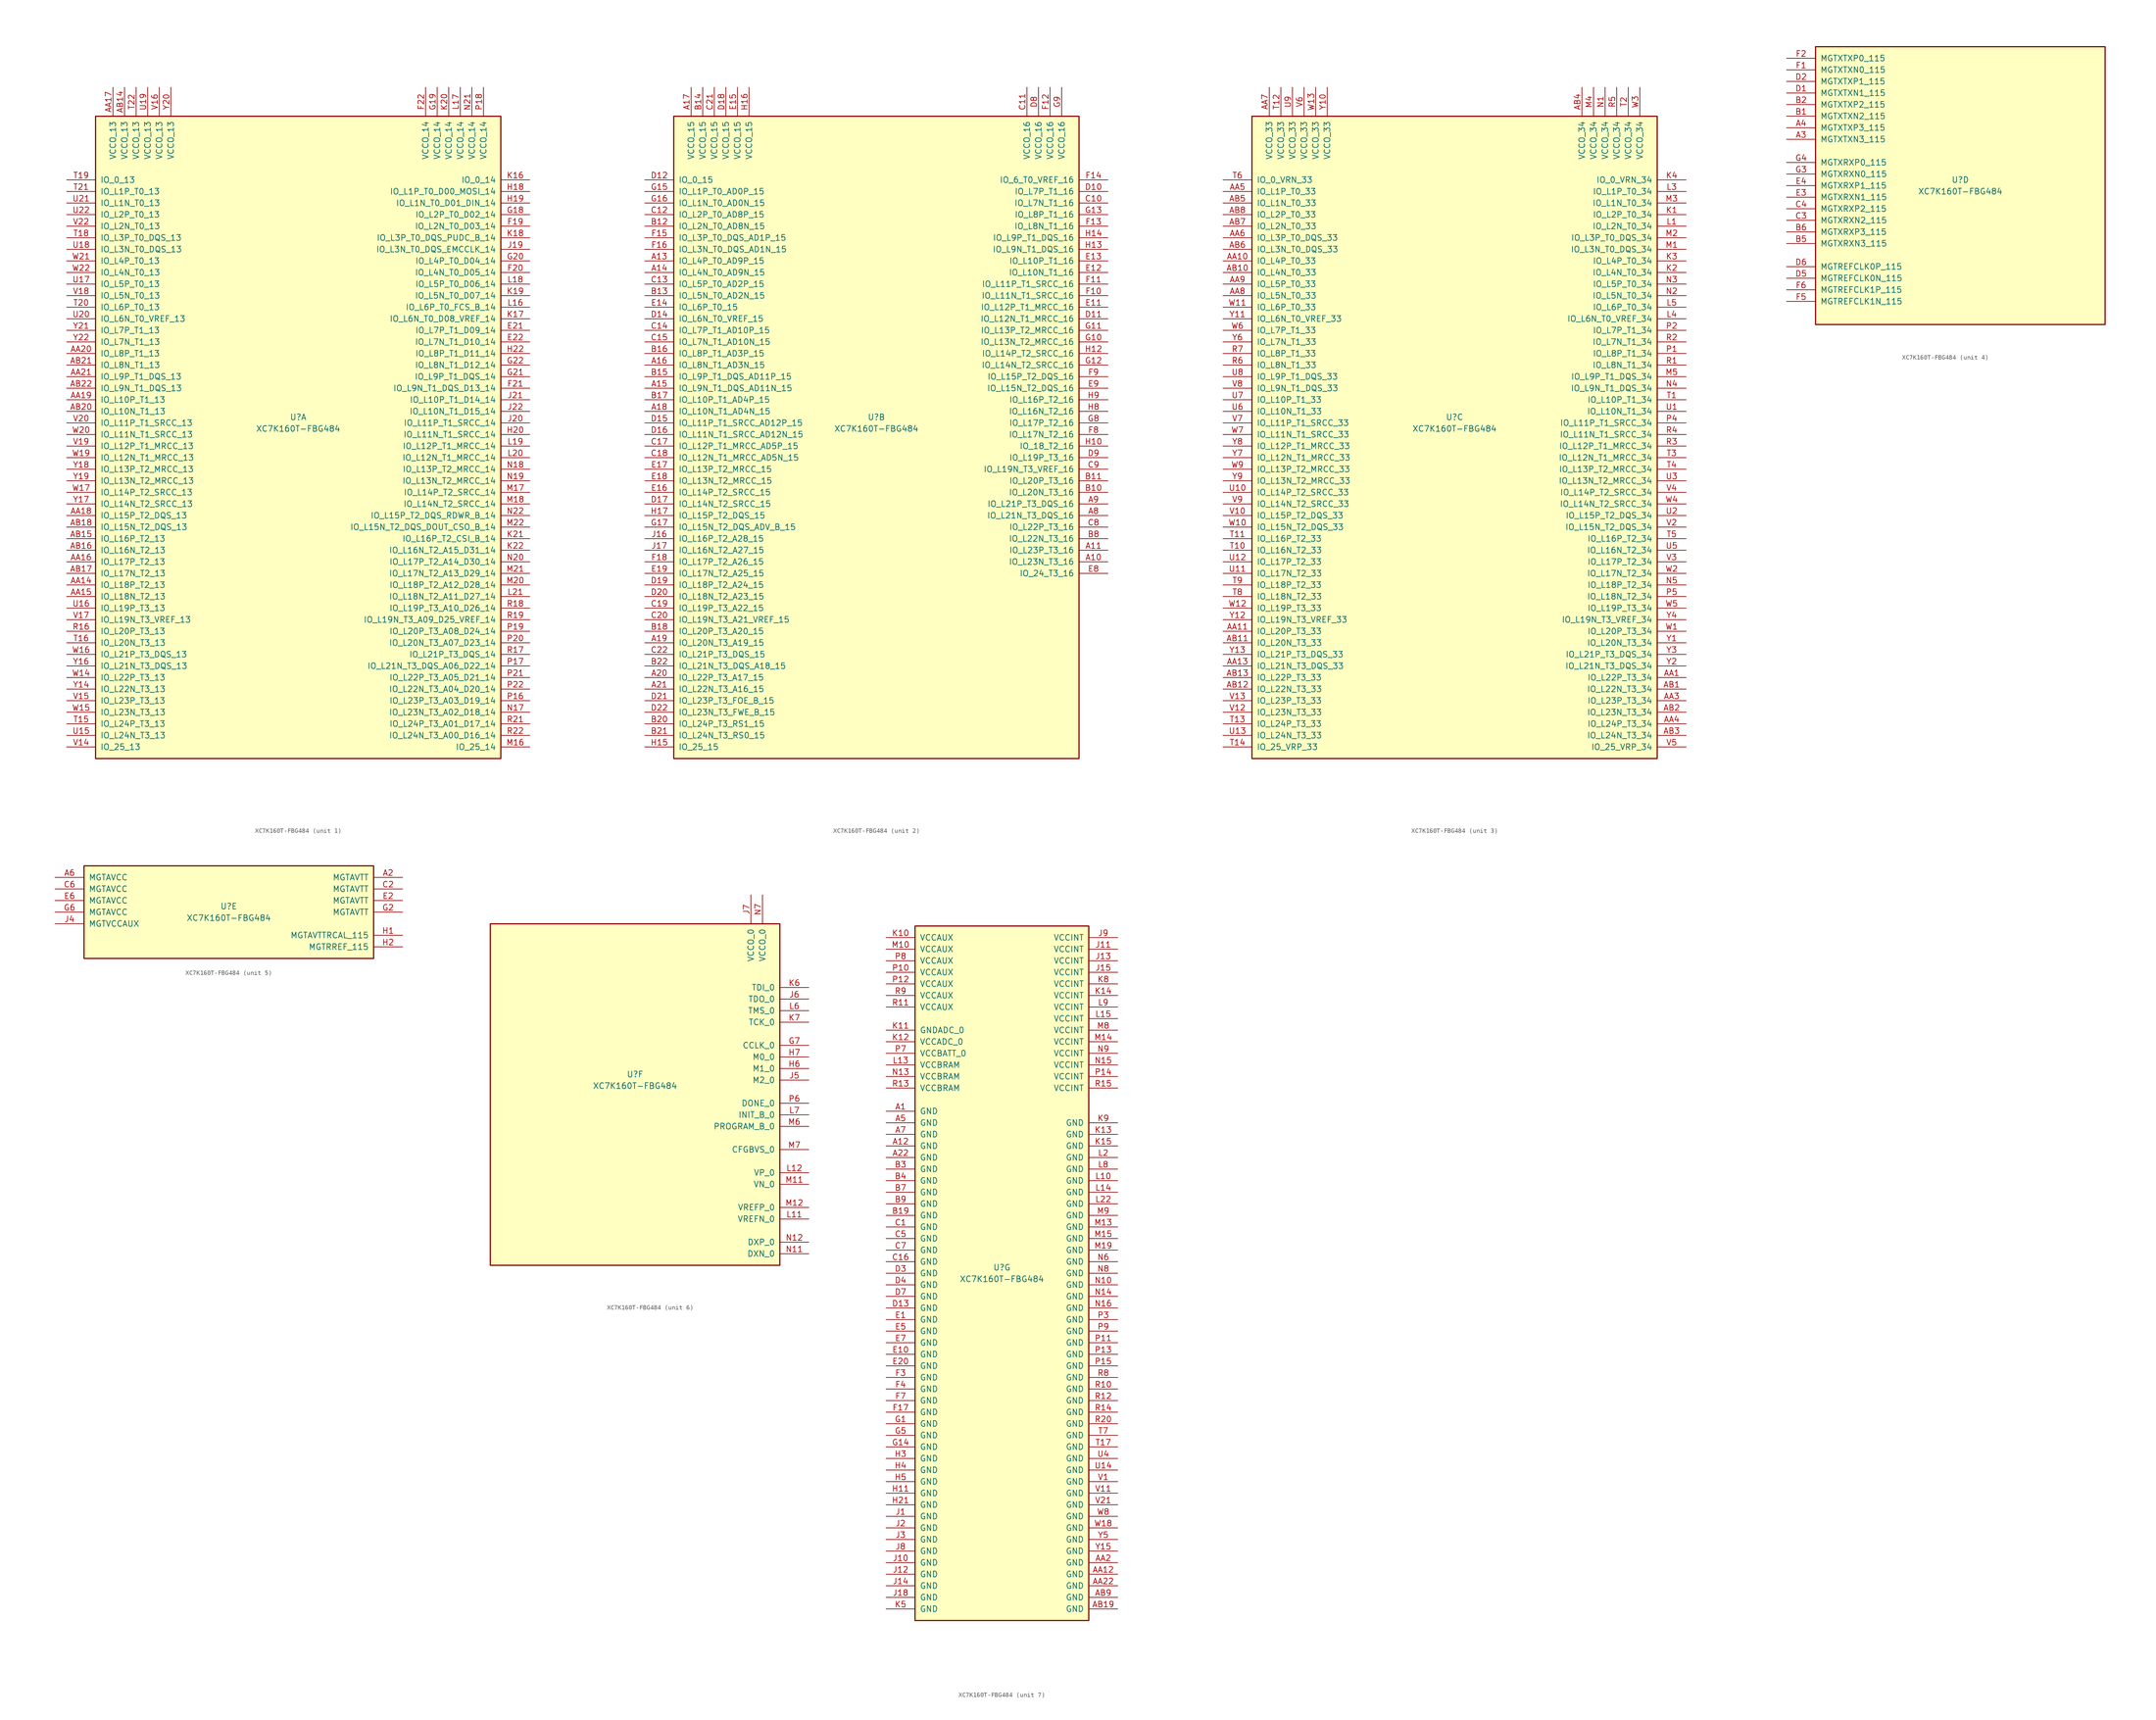
<source format=kicad_sym>
(kicad_symbol_lib
  (version 20201005)
  (generator kicad_symbol_editor)
  (symbol "FPGA_Xilinx_Kintex7:XC7K160T-FBG484"
    (pin_names
      (offset 1.016))
    (property "Reference" "U"
      (at 0 1.27 0)
      (effects (font (size 1.27 1.27))))
    (property "Value" "XC7K160T-FBG484"
      (at 0 -1.27 0)
      (effects (font (size 1.27 1.27))))
    (property "Datasheet" ""
      (at 0 0 0)
      (effects (font (size 1.27 1.27))))
    (property "ki_locked" ""
      (at 0 0 0)
      (effects (font (size 1.27 1.27))))
    (symbol "XC7K160T-FBG484_1_1"
      (rectangle (start -44.45 67.31) (end 44.45 -73.66) (stroke (width 0.254)) (fill (type background)))
      (pin power_in line (at -40.64 73.66 270) (length 6.35) (name "VCCO_13" (effects (font (size 1.27 1.27)))) (number "AA17" (effects (font (size 1.27 1.27)))))
      (pin power_in line (at -38.1 73.66 270) (length 6.35) (name "VCCO_13" (effects (font (size 1.27 1.27)))) (number "AB14" (effects (font (size 1.27 1.27)))))
      (pin power_in line (at -35.56 73.66 270) (length 6.35) (name "VCCO_13" (effects (font (size 1.27 1.27)))) (number "T22" (effects (font (size 1.27 1.27)))))
      (pin power_in line (at -33.02 73.66 270) (length 6.35) (name "VCCO_13" (effects (font (size 1.27 1.27)))) (number "U19" (effects (font (size 1.27 1.27)))))
      (pin power_in line (at -30.48 73.66 270) (length 6.35) (name "VCCO_13" (effects (font (size 1.27 1.27)))) (number "V16" (effects (font (size 1.27 1.27)))))
      (pin power_in line (at -27.94 73.66 270) (length 6.35) (name "VCCO_13" (effects (font (size 1.27 1.27)))) (number "Y20" (effects (font (size 1.27 1.27)))))
      (pin bidirectional line (at -50.8 53.34 0) (length 6.35) (name "IO_0_13" (effects (font (size 1.27 1.27)))) (number "T19" (effects (font (size 1.27 1.27)))))
      (pin bidirectional line (at -50.8 50.8 0) (length 6.35) (name "IO_L1P_T0_13" (effects (font (size 1.27 1.27)))) (number "T21" (effects (font (size 1.27 1.27)))))
      (pin bidirectional line (at -50.8 48.26 0) (length 6.35) (name "IO_L1N_T0_13" (effects (font (size 1.27 1.27)))) (number "U21" (effects (font (size 1.27 1.27)))))
      (pin bidirectional line (at -50.8 45.72 0) (length 6.35) (name "IO_L2P_T0_13" (effects (font (size 1.27 1.27)))) (number "U22" (effects (font (size 1.27 1.27)))))
      (pin bidirectional line (at -50.8 43.18 0) (length 6.35) (name "IO_L2N_T0_13" (effects (font (size 1.27 1.27)))) (number "V22" (effects (font (size 1.27 1.27)))))
      (pin bidirectional line (at -50.8 40.64 0) (length 6.35) (name "IO_L3P_T0_DQS_13" (effects (font (size 1.27 1.27)))) (number "T18" (effects (font (size 1.27 1.27)))))
      (pin bidirectional line (at -50.8 38.1 0) (length 6.35) (name "IO_L3N_T0_DQS_13" (effects (font (size 1.27 1.27)))) (number "U18" (effects (font (size 1.27 1.27)))))
      (pin bidirectional line (at -50.8 35.56 0) (length 6.35) (name "IO_L4P_T0_13" (effects (font (size 1.27 1.27)))) (number "W21" (effects (font (size 1.27 1.27)))))
      (pin bidirectional line (at -50.8 33.02 0) (length 6.35) (name "IO_L4N_T0_13" (effects (font (size 1.27 1.27)))) (number "W22" (effects (font (size 1.27 1.27)))))
      (pin bidirectional line (at -50.8 30.48 0) (length 6.35) (name "IO_L5P_T0_13" (effects (font (size 1.27 1.27)))) (number "U17" (effects (font (size 1.27 1.27)))))
      (pin bidirectional line (at -50.8 27.94 0) (length 6.35) (name "IO_L5N_T0_13" (effects (font (size 1.27 1.27)))) (number "V18" (effects (font (size 1.27 1.27)))))
      (pin bidirectional line (at -50.8 25.4 0) (length 6.35) (name "IO_L6P_T0_13" (effects (font (size 1.27 1.27)))) (number "T20" (effects (font (size 1.27 1.27)))))
      (pin bidirectional line (at -50.8 22.86 0) (length 6.35) (name "IO_L6N_T0_VREF_13" (effects (font (size 1.27 1.27)))) (number "U20" (effects (font (size 1.27 1.27)))))
      (pin bidirectional line (at -50.8 20.32 0) (length 6.35) (name "IO_L7P_T1_13" (effects (font (size 1.27 1.27)))) (number "Y21" (effects (font (size 1.27 1.27)))))
      (pin bidirectional line (at -50.8 17.78 0) (length 6.35) (name "IO_L7N_T1_13" (effects (font (size 1.27 1.27)))) (number "Y22" (effects (font (size 1.27 1.27)))))
      (pin bidirectional line (at -50.8 15.24 0) (length 6.35) (name "IO_L8P_T1_13" (effects (font (size 1.27 1.27)))) (number "AA20" (effects (font (size 1.27 1.27)))))
      (pin bidirectional line (at -50.8 12.7 0) (length 6.35) (name "IO_L8N_T1_13" (effects (font (size 1.27 1.27)))) (number "AB21" (effects (font (size 1.27 1.27)))))
      (pin bidirectional line (at -50.8 10.16 0) (length 6.35) (name "IO_L9P_T1_DQS_13" (effects (font (size 1.27 1.27)))) (number "AA21" (effects (font (size 1.27 1.27)))))
      (pin bidirectional line (at -50.8 7.62 0) (length 6.35) (name "IO_L9N_T1_DQS_13" (effects (font (size 1.27 1.27)))) (number "AB22" (effects (font (size 1.27 1.27)))))
      (pin bidirectional line (at -50.8 5.08 0) (length 6.35) (name "IO_L10P_T1_13" (effects (font (size 1.27 1.27)))) (number "AA19" (effects (font (size 1.27 1.27)))))
      (pin bidirectional line (at -50.8 2.54 0) (length 6.35) (name "IO_L10N_T1_13" (effects (font (size 1.27 1.27)))) (number "AB20" (effects (font (size 1.27 1.27)))))
      (pin bidirectional line (at -50.8 0 0) (length 6.35) (name "IO_L11P_T1_SRCC_13" (effects (font (size 1.27 1.27)))) (number "V20" (effects (font (size 1.27 1.27)))))
      (pin bidirectional line (at -50.8 -2.54 0) (length 6.35) (name "IO_L11N_T1_SRCC_13" (effects (font (size 1.27 1.27)))) (number "W20" (effects (font (size 1.27 1.27)))))
      (pin bidirectional line (at -50.8 -5.08 0) (length 6.35) (name "IO_L12P_T1_MRCC_13" (effects (font (size 1.27 1.27)))) (number "V19" (effects (font (size 1.27 1.27)))))
      (pin bidirectional line (at -50.8 -7.62 0) (length 6.35) (name "IO_L12N_T1_MRCC_13" (effects (font (size 1.27 1.27)))) (number "W19" (effects (font (size 1.27 1.27)))))
      (pin bidirectional line (at -50.8 -10.16 0) (length 6.35) (name "IO_L13P_T2_MRCC_13" (effects (font (size 1.27 1.27)))) (number "Y18" (effects (font (size 1.27 1.27)))))
      (pin bidirectional line (at -50.8 -12.7 0) (length 6.35) (name "IO_L13N_T2_MRCC_13" (effects (font (size 1.27 1.27)))) (number "Y19" (effects (font (size 1.27 1.27)))))
      (pin bidirectional line (at -50.8 -15.24 0) (length 6.35) (name "IO_L14P_T2_SRCC_13" (effects (font (size 1.27 1.27)))) (number "W17" (effects (font (size 1.27 1.27)))))
      (pin bidirectional line (at -50.8 -17.78 0) (length 6.35) (name "IO_L14N_T2_SRCC_13" (effects (font (size 1.27 1.27)))) (number "Y17" (effects (font (size 1.27 1.27)))))
      (pin bidirectional line (at -50.8 -20.32 0) (length 6.35) (name "IO_L15P_T2_DQS_13" (effects (font (size 1.27 1.27)))) (number "AA18" (effects (font (size 1.27 1.27)))))
      (pin bidirectional line (at -50.8 -22.86 0) (length 6.35) (name "IO_L15N_T2_DQS_13" (effects (font (size 1.27 1.27)))) (number "AB18" (effects (font (size 1.27 1.27)))))
      (pin bidirectional line (at -50.8 -25.4 0) (length 6.35) (name "IO_L16P_T2_13" (effects (font (size 1.27 1.27)))) (number "AB15" (effects (font (size 1.27 1.27)))))
      (pin bidirectional line (at -50.8 -27.94 0) (length 6.35) (name "IO_L16N_T2_13" (effects (font (size 1.27 1.27)))) (number "AB16" (effects (font (size 1.27 1.27)))))
      (pin bidirectional line (at -50.8 -30.48 0) (length 6.35) (name "IO_L17P_T2_13" (effects (font (size 1.27 1.27)))) (number "AA16" (effects (font (size 1.27 1.27)))))
      (pin bidirectional line (at -50.8 -33.02 0) (length 6.35) (name "IO_L17N_T2_13" (effects (font (size 1.27 1.27)))) (number "AB17" (effects (font (size 1.27 1.27)))))
      (pin bidirectional line (at -50.8 -35.56 0) (length 6.35) (name "IO_L18P_T2_13" (effects (font (size 1.27 1.27)))) (number "AA14" (effects (font (size 1.27 1.27)))))
      (pin bidirectional line (at -50.8 -38.1 0) (length 6.35) (name "IO_L18N_T2_13" (effects (font (size 1.27 1.27)))) (number "AA15" (effects (font (size 1.27 1.27)))))
      (pin bidirectional line (at -50.8 -40.64 0) (length 6.35) (name "IO_L19P_T3_13" (effects (font (size 1.27 1.27)))) (number "U16" (effects (font (size 1.27 1.27)))))
      (pin bidirectional line (at -50.8 -43.18 0) (length 6.35) (name "IO_L19N_T3_VREF_13" (effects (font (size 1.27 1.27)))) (number "V17" (effects (font (size 1.27 1.27)))))
      (pin bidirectional line (at -50.8 -45.72 0) (length 6.35) (name "IO_L20P_T3_13" (effects (font (size 1.27 1.27)))) (number "R16" (effects (font (size 1.27 1.27)))))
      (pin bidirectional line (at -50.8 -48.26 0) (length 6.35) (name "IO_L20N_T3_13" (effects (font (size 1.27 1.27)))) (number "T16" (effects (font (size 1.27 1.27)))))
      (pin bidirectional line (at -50.8 -50.8 0) (length 6.35) (name "IO_L21P_T3_DQS_13" (effects (font (size 1.27 1.27)))) (number "W16" (effects (font (size 1.27 1.27)))))
      (pin bidirectional line (at -50.8 -53.34 0) (length 6.35) (name "IO_L21N_T3_DQS_13" (effects (font (size 1.27 1.27)))) (number "Y16" (effects (font (size 1.27 1.27)))))
      (pin bidirectional line (at -50.8 -55.88 0) (length 6.35) (name "IO_L22P_T3_13" (effects (font (size 1.27 1.27)))) (number "W14" (effects (font (size 1.27 1.27)))))
      (pin bidirectional line (at -50.8 -58.42 0) (length 6.35) (name "IO_L22N_T3_13" (effects (font (size 1.27 1.27)))) (number "Y14" (effects (font (size 1.27 1.27)))))
      (pin bidirectional line (at -50.8 -60.96 0) (length 6.35) (name "IO_L23P_T3_13" (effects (font (size 1.27 1.27)))) (number "V15" (effects (font (size 1.27 1.27)))))
      (pin bidirectional line (at -50.8 -63.5 0) (length 6.35) (name "IO_L23N_T3_13" (effects (font (size 1.27 1.27)))) (number "W15" (effects (font (size 1.27 1.27)))))
      (pin bidirectional line (at -50.8 -66.04 0) (length 6.35) (name "IO_L24P_T3_13" (effects (font (size 1.27 1.27)))) (number "T15" (effects (font (size 1.27 1.27)))))
      (pin bidirectional line (at -50.8 -68.58 0) (length 6.35) (name "IO_L24N_T3_13" (effects (font (size 1.27 1.27)))) (number "U15" (effects (font (size 1.27 1.27)))))
      (pin bidirectional line (at -50.8 -71.12 0) (length 6.35) (name "IO_25_13" (effects (font (size 1.27 1.27)))) (number "V14" (effects (font (size 1.27 1.27)))))
      (pin power_in line (at 27.94 73.66 270) (length 6.35) (name "VCCO_14" (effects (font (size 1.27 1.27)))) (number "F22" (effects (font (size 1.27 1.27)))))
      (pin power_in line (at 30.48 73.66 270) (length 6.35) (name "VCCO_14" (effects (font (size 1.27 1.27)))) (number "G19" (effects (font (size 1.27 1.27)))))
      (pin power_in line (at 33.02 73.66 270) (length 6.35) (name "VCCO_14" (effects (font (size 1.27 1.27)))) (number "K20" (effects (font (size 1.27 1.27)))))
      (pin power_in line (at 35.56 73.66 270) (length 6.35) (name "VCCO_14" (effects (font (size 1.27 1.27)))) (number "L17" (effects (font (size 1.27 1.27)))))
      (pin power_in line (at 38.1 73.66 270) (length 6.35) (name "VCCO_14" (effects (font (size 1.27 1.27)))) (number "N21" (effects (font (size 1.27 1.27)))))
      (pin power_in line (at 40.64 73.66 270) (length 6.35) (name "VCCO_14" (effects (font (size 1.27 1.27)))) (number "P18" (effects (font (size 1.27 1.27)))))
      (pin bidirectional line (at 50.8 53.34 180) (length 6.35) (name "IO_0_14" (effects (font (size 1.27 1.27)))) (number "K16" (effects (font (size 1.27 1.27)))))
      (pin bidirectional line (at 50.8 50.8 180) (length 6.35) (name "IO_L1P_T0_D00_MOSI_14" (effects (font (size 1.27 1.27)))) (number "H18" (effects (font (size 1.27 1.27)))))
      (pin bidirectional line (at 50.8 48.26 180) (length 6.35) (name "IO_L1N_T0_D01_DIN_14" (effects (font (size 1.27 1.27)))) (number "H19" (effects (font (size 1.27 1.27)))))
      (pin bidirectional line (at 50.8 45.72 180) (length 6.35) (name "IO_L2P_T0_D02_14" (effects (font (size 1.27 1.27)))) (number "G18" (effects (font (size 1.27 1.27)))))
      (pin bidirectional line (at 50.8 43.18 180) (length 6.35) (name "IO_L2N_T0_D03_14" (effects (font (size 1.27 1.27)))) (number "F19" (effects (font (size 1.27 1.27)))))
      (pin bidirectional line (at 50.8 40.64 180) (length 6.35) (name "IO_L3P_T0_DQS_PUDC_B_14" (effects (font (size 1.27 1.27)))) (number "K18" (effects (font (size 1.27 1.27)))))
      (pin bidirectional line (at 50.8 38.1 180) (length 6.35) (name "IO_L3N_T0_DQS_EMCCLK_14" (effects (font (size 1.27 1.27)))) (number "J19" (effects (font (size 1.27 1.27)))))
      (pin bidirectional line (at 50.8 35.56 180) (length 6.35) (name "IO_L4P_T0_D04_14" (effects (font (size 1.27 1.27)))) (number "G20" (effects (font (size 1.27 1.27)))))
      (pin bidirectional line (at 50.8 33.02 180) (length 6.35) (name "IO_L4N_T0_D05_14" (effects (font (size 1.27 1.27)))) (number "F20" (effects (font (size 1.27 1.27)))))
      (pin bidirectional line (at 50.8 30.48 180) (length 6.35) (name "IO_L5P_T0_D06_14" (effects (font (size 1.27 1.27)))) (number "L18" (effects (font (size 1.27 1.27)))))
      (pin bidirectional line (at 50.8 27.94 180) (length 6.35) (name "IO_L5N_T0_D07_14" (effects (font (size 1.27 1.27)))) (number "K19" (effects (font (size 1.27 1.27)))))
      (pin bidirectional line (at 50.8 25.4 180) (length 6.35) (name "IO_L6P_T0_FCS_B_14" (effects (font (size 1.27 1.27)))) (number "L16" (effects (font (size 1.27 1.27)))))
      (pin bidirectional line (at 50.8 22.86 180) (length 6.35) (name "IO_L6N_T0_D08_VREF_14" (effects (font (size 1.27 1.27)))) (number "K17" (effects (font (size 1.27 1.27)))))
      (pin bidirectional line (at 50.8 20.32 180) (length 6.35) (name "IO_L7P_T1_D09_14" (effects (font (size 1.27 1.27)))) (number "E21" (effects (font (size 1.27 1.27)))))
      (pin bidirectional line (at 50.8 17.78 180) (length 6.35) (name "IO_L7N_T1_D10_14" (effects (font (size 1.27 1.27)))) (number "E22" (effects (font (size 1.27 1.27)))))
      (pin bidirectional line (at 50.8 15.24 180) (length 6.35) (name "IO_L8P_T1_D11_14" (effects (font (size 1.27 1.27)))) (number "H22" (effects (font (size 1.27 1.27)))))
      (pin bidirectional line (at 50.8 12.7 180) (length 6.35) (name "IO_L8N_T1_D12_14" (effects (font (size 1.27 1.27)))) (number "G22" (effects (font (size 1.27 1.27)))))
      (pin bidirectional line (at 50.8 10.16 180) (length 6.35) (name "IO_L9P_T1_DQS_14" (effects (font (size 1.27 1.27)))) (number "G21" (effects (font (size 1.27 1.27)))))
      (pin bidirectional line (at 50.8 7.62 180) (length 6.35) (name "IO_L9N_T1_DQS_D13_14" (effects (font (size 1.27 1.27)))) (number "F21" (effects (font (size 1.27 1.27)))))
      (pin bidirectional line (at 50.8 5.08 180) (length 6.35) (name "IO_L10P_T1_D14_14" (effects (font (size 1.27 1.27)))) (number "J21" (effects (font (size 1.27 1.27)))))
      (pin bidirectional line (at 50.8 2.54 180) (length 6.35) (name "IO_L10N_T1_D15_14" (effects (font (size 1.27 1.27)))) (number "J22" (effects (font (size 1.27 1.27)))))
      (pin bidirectional line (at 50.8 0 180) (length 6.35) (name "IO_L11P_T1_SRCC_14" (effects (font (size 1.27 1.27)))) (number "J20" (effects (font (size 1.27 1.27)))))
      (pin bidirectional line (at 50.8 -2.54 180) (length 6.35) (name "IO_L11N_T1_SRCC_14" (effects (font (size 1.27 1.27)))) (number "H20" (effects (font (size 1.27 1.27)))))
      (pin bidirectional line (at 50.8 -5.08 180) (length 6.35) (name "IO_L12P_T1_MRCC_14" (effects (font (size 1.27 1.27)))) (number "L19" (effects (font (size 1.27 1.27)))))
      (pin bidirectional line (at 50.8 -7.62 180) (length 6.35) (name "IO_L12N_T1_MRCC_14" (effects (font (size 1.27 1.27)))) (number "L20" (effects (font (size 1.27 1.27)))))
      (pin bidirectional line (at 50.8 -10.16 180) (length 6.35) (name "IO_L13P_T2_MRCC_14" (effects (font (size 1.27 1.27)))) (number "N18" (effects (font (size 1.27 1.27)))))
      (pin bidirectional line (at 50.8 -12.7 180) (length 6.35) (name "IO_L13N_T2_MRCC_14" (effects (font (size 1.27 1.27)))) (number "N19" (effects (font (size 1.27 1.27)))))
      (pin bidirectional line (at 50.8 -15.24 180) (length 6.35) (name "IO_L14P_T2_SRCC_14" (effects (font (size 1.27 1.27)))) (number "M17" (effects (font (size 1.27 1.27)))))
      (pin bidirectional line (at 50.8 -17.78 180) (length 6.35) (name "IO_L14N_T2_SRCC_14" (effects (font (size 1.27 1.27)))) (number "M18" (effects (font (size 1.27 1.27)))))
      (pin bidirectional line (at 50.8 -20.32 180) (length 6.35) (name "IO_L15P_T2_DQS_RDWR_B_14" (effects (font (size 1.27 1.27)))) (number "N22" (effects (font (size 1.27 1.27)))))
      (pin bidirectional line (at 50.8 -22.86 180) (length 6.35) (name "IO_L15N_T2_DQS_DOUT_CSO_B_14" (effects (font (size 1.27 1.27)))) (number "M22" (effects (font (size 1.27 1.27)))))
      (pin bidirectional line (at 50.8 -25.4 180) (length 6.35) (name "IO_L16P_T2_CSI_B_14" (effects (font (size 1.27 1.27)))) (number "K21" (effects (font (size 1.27 1.27)))))
      (pin bidirectional line (at 50.8 -27.94 180) (length 6.35) (name "IO_L16N_T2_A15_D31_14" (effects (font (size 1.27 1.27)))) (number "K22" (effects (font (size 1.27 1.27)))))
      (pin bidirectional line (at 50.8 -30.48 180) (length 6.35) (name "IO_L17P_T2_A14_D30_14" (effects (font (size 1.27 1.27)))) (number "N20" (effects (font (size 1.27 1.27)))))
      (pin bidirectional line (at 50.8 -33.02 180) (length 6.35) (name "IO_L17N_T2_A13_D29_14" (effects (font (size 1.27 1.27)))) (number "M21" (effects (font (size 1.27 1.27)))))
      (pin bidirectional line (at 50.8 -35.56 180) (length 6.35) (name "IO_L18P_T2_A12_D28_14" (effects (font (size 1.27 1.27)))) (number "M20" (effects (font (size 1.27 1.27)))))
      (pin bidirectional line (at 50.8 -38.1 180) (length 6.35) (name "IO_L18N_T2_A11_D27_14" (effects (font (size 1.27 1.27)))) (number "L21" (effects (font (size 1.27 1.27)))))
      (pin bidirectional line (at 50.8 -40.64 180) (length 6.35) (name "IO_L19P_T3_A10_D26_14" (effects (font (size 1.27 1.27)))) (number "R18" (effects (font (size 1.27 1.27)))))
      (pin bidirectional line (at 50.8 -43.18 180) (length 6.35) (name "IO_L19N_T3_A09_D25_VREF_14" (effects (font (size 1.27 1.27)))) (number "R19" (effects (font (size 1.27 1.27)))))
      (pin bidirectional line (at 50.8 -45.72 180) (length 6.35) (name "IO_L20P_T3_A08_D24_14" (effects (font (size 1.27 1.27)))) (number "P19" (effects (font (size 1.27 1.27)))))
      (pin bidirectional line (at 50.8 -48.26 180) (length 6.35) (name "IO_L20N_T3_A07_D23_14" (effects (font (size 1.27 1.27)))) (number "P20" (effects (font (size 1.27 1.27)))))
      (pin bidirectional line (at 50.8 -50.8 180) (length 6.35) (name "IO_L21P_T3_DQS_14" (effects (font (size 1.27 1.27)))) (number "R17" (effects (font (size 1.27 1.27)))))
      (pin bidirectional line (at 50.8 -53.34 180) (length 6.35) (name "IO_L21N_T3_DQS_A06_D22_14" (effects (font (size 1.27 1.27)))) (number "P17" (effects (font (size 1.27 1.27)))))
      (pin bidirectional line (at 50.8 -55.88 180) (length 6.35) (name "IO_L22P_T3_A05_D21_14" (effects (font (size 1.27 1.27)))) (number "P21" (effects (font (size 1.27 1.27)))))
      (pin bidirectional line (at 50.8 -58.42 180) (length 6.35) (name "IO_L22N_T3_A04_D20_14" (effects (font (size 1.27 1.27)))) (number "P22" (effects (font (size 1.27 1.27)))))
      (pin bidirectional line (at 50.8 -60.96 180) (length 6.35) (name "IO_L23P_T3_A03_D19_14" (effects (font (size 1.27 1.27)))) (number "P16" (effects (font (size 1.27 1.27)))))
      (pin bidirectional line (at 50.8 -63.5 180) (length 6.35) (name "IO_L23N_T3_A02_D18_14" (effects (font (size 1.27 1.27)))) (number "N17" (effects (font (size 1.27 1.27)))))
      (pin bidirectional line (at 50.8 -66.04 180) (length 6.35) (name "IO_L24P_T3_A01_D17_14" (effects (font (size 1.27 1.27)))) (number "R21" (effects (font (size 1.27 1.27)))))
      (pin bidirectional line (at 50.8 -68.58 180) (length 6.35) (name "IO_L24N_T3_A00_D16_14" (effects (font (size 1.27 1.27)))) (number "R22" (effects (font (size 1.27 1.27)))))
      (pin bidirectional line (at 50.8 -71.12 180) (length 6.35) (name "IO_25_14" (effects (font (size 1.27 1.27)))) (number "M16" (effects (font (size 1.27 1.27))))))
    (symbol "XC7K160T-FBG484_2_1"
      (rectangle (start -44.45 67.31) (end 44.45 -73.66) (stroke (width 0.254)) (fill (type background)))
      (pin power_in line (at -40.64 73.66 270) (length 6.35) (name "VCCO_15" (effects (font (size 1.27 1.27)))) (number "A17" (effects (font (size 1.27 1.27)))))
      (pin power_in line (at -38.1 73.66 270) (length 6.35) (name "VCCO_15" (effects (font (size 1.27 1.27)))) (number "B14" (effects (font (size 1.27 1.27)))))
      (pin power_in line (at -35.56 73.66 270) (length 6.35) (name "VCCO_15" (effects (font (size 1.27 1.27)))) (number "C21" (effects (font (size 1.27 1.27)))))
      (pin power_in line (at -33.02 73.66 270) (length 6.35) (name "VCCO_15" (effects (font (size 1.27 1.27)))) (number "D18" (effects (font (size 1.27 1.27)))))
      (pin power_in line (at -30.48 73.66 270) (length 6.35) (name "VCCO_15" (effects (font (size 1.27 1.27)))) (number "E15" (effects (font (size 1.27 1.27)))))
      (pin power_in line (at -27.94 73.66 270) (length 6.35) (name "VCCO_15" (effects (font (size 1.27 1.27)))) (number "H16" (effects (font (size 1.27 1.27)))))
      (pin bidirectional line (at -50.8 53.34 0) (length 6.35) (name "IO_0_15" (effects (font (size 1.27 1.27)))) (number "D12" (effects (font (size 1.27 1.27)))))
      (pin bidirectional line (at -50.8 50.8 0) (length 6.35) (name "IO_L1P_T0_AD0P_15" (effects (font (size 1.27 1.27)))) (number "G15" (effects (font (size 1.27 1.27)))))
      (pin bidirectional line (at -50.8 48.26 0) (length 6.35) (name "IO_L1N_T0_AD0N_15" (effects (font (size 1.27 1.27)))) (number "G16" (effects (font (size 1.27 1.27)))))
      (pin bidirectional line (at -50.8 45.72 0) (length 6.35) (name "IO_L2P_T0_AD8P_15" (effects (font (size 1.27 1.27)))) (number "C12" (effects (font (size 1.27 1.27)))))
      (pin bidirectional line (at -50.8 43.18 0) (length 6.35) (name "IO_L2N_T0_AD8N_15" (effects (font (size 1.27 1.27)))) (number "B12" (effects (font (size 1.27 1.27)))))
      (pin bidirectional line (at -50.8 40.64 0) (length 6.35) (name "IO_L3P_T0_DQS_AD1P_15" (effects (font (size 1.27 1.27)))) (number "F15" (effects (font (size 1.27 1.27)))))
      (pin bidirectional line (at -50.8 38.1 0) (length 6.35) (name "IO_L3N_T0_DQS_AD1N_15" (effects (font (size 1.27 1.27)))) (number "F16" (effects (font (size 1.27 1.27)))))
      (pin bidirectional line (at -50.8 35.56 0) (length 6.35) (name "IO_L4P_T0_AD9P_15" (effects (font (size 1.27 1.27)))) (number "A13" (effects (font (size 1.27 1.27)))))
      (pin bidirectional line (at -50.8 33.02 0) (length 6.35) (name "IO_L4N_T0_AD9N_15" (effects (font (size 1.27 1.27)))) (number "A14" (effects (font (size 1.27 1.27)))))
      (pin bidirectional line (at -50.8 30.48 0) (length 6.35) (name "IO_L5P_T0_AD2P_15" (effects (font (size 1.27 1.27)))) (number "C13" (effects (font (size 1.27 1.27)))))
      (pin bidirectional line (at -50.8 27.94 0) (length 6.35) (name "IO_L5N_T0_AD2N_15" (effects (font (size 1.27 1.27)))) (number "B13" (effects (font (size 1.27 1.27)))))
      (pin bidirectional line (at -50.8 25.4 0) (length 6.35) (name "IO_L6P_T0_15" (effects (font (size 1.27 1.27)))) (number "E14" (effects (font (size 1.27 1.27)))))
      (pin bidirectional line (at -50.8 22.86 0) (length 6.35) (name "IO_L6N_T0_VREF_15" (effects (font (size 1.27 1.27)))) (number "D14" (effects (font (size 1.27 1.27)))))
      (pin bidirectional line (at -50.8 20.32 0) (length 6.35) (name "IO_L7P_T1_AD10P_15" (effects (font (size 1.27 1.27)))) (number "C14" (effects (font (size 1.27 1.27)))))
      (pin bidirectional line (at -50.8 17.78 0) (length 6.35) (name "IO_L7N_T1_AD10N_15" (effects (font (size 1.27 1.27)))) (number "C15" (effects (font (size 1.27 1.27)))))
      (pin bidirectional line (at -50.8 15.24 0) (length 6.35) (name "IO_L8P_T1_AD3P_15" (effects (font (size 1.27 1.27)))) (number "B16" (effects (font (size 1.27 1.27)))))
      (pin bidirectional line (at -50.8 12.7 0) (length 6.35) (name "IO_L8N_T1_AD3N_15" (effects (font (size 1.27 1.27)))) (number "A16" (effects (font (size 1.27 1.27)))))
      (pin bidirectional line (at -50.8 10.16 0) (length 6.35) (name "IO_L9P_T1_DQS_AD11P_15" (effects (font (size 1.27 1.27)))) (number "B15" (effects (font (size 1.27 1.27)))))
      (pin bidirectional line (at -50.8 7.62 0) (length 6.35) (name "IO_L9N_T1_DQS_AD11N_15" (effects (font (size 1.27 1.27)))) (number "A15" (effects (font (size 1.27 1.27)))))
      (pin bidirectional line (at -50.8 5.08 0) (length 6.35) (name "IO_L10P_T1_AD4P_15" (effects (font (size 1.27 1.27)))) (number "B17" (effects (font (size 1.27 1.27)))))
      (pin bidirectional line (at -50.8 2.54 0) (length 6.35) (name "IO_L10N_T1_AD4N_15" (effects (font (size 1.27 1.27)))) (number "A18" (effects (font (size 1.27 1.27)))))
      (pin bidirectional line (at -50.8 0 0) (length 6.35) (name "IO_L11P_T1_SRCC_AD12P_15" (effects (font (size 1.27 1.27)))) (number "D15" (effects (font (size 1.27 1.27)))))
      (pin bidirectional line (at -50.8 -2.54 0) (length 6.35) (name "IO_L11N_T1_SRCC_AD12N_15" (effects (font (size 1.27 1.27)))) (number "D16" (effects (font (size 1.27 1.27)))))
      (pin bidirectional line (at -50.8 -5.08 0) (length 6.35) (name "IO_L12P_T1_MRCC_AD5P_15" (effects (font (size 1.27 1.27)))) (number "C17" (effects (font (size 1.27 1.27)))))
      (pin bidirectional line (at -50.8 -7.62 0) (length 6.35) (name "IO_L12N_T1_MRCC_AD5N_15" (effects (font (size 1.27 1.27)))) (number "C18" (effects (font (size 1.27 1.27)))))
      (pin bidirectional line (at -50.8 -10.16 0) (length 6.35) (name "IO_L13P_T2_MRCC_15" (effects (font (size 1.27 1.27)))) (number "E17" (effects (font (size 1.27 1.27)))))
      (pin bidirectional line (at -50.8 -12.7 0) (length 6.35) (name "IO_L13N_T2_MRCC_15" (effects (font (size 1.27 1.27)))) (number "E18" (effects (font (size 1.27 1.27)))))
      (pin bidirectional line (at -50.8 -15.24 0) (length 6.35) (name "IO_L14P_T2_SRCC_15" (effects (font (size 1.27 1.27)))) (number "E16" (effects (font (size 1.27 1.27)))))
      (pin bidirectional line (at -50.8 -17.78 0) (length 6.35) (name "IO_L14N_T2_SRCC_15" (effects (font (size 1.27 1.27)))) (number "D17" (effects (font (size 1.27 1.27)))))
      (pin bidirectional line (at -50.8 -20.32 0) (length 6.35) (name "IO_L15P_T2_DQS_15" (effects (font (size 1.27 1.27)))) (number "H17" (effects (font (size 1.27 1.27)))))
      (pin bidirectional line (at -50.8 -22.86 0) (length 6.35) (name "IO_L15N_T2_DQS_ADV_B_15" (effects (font (size 1.27 1.27)))) (number "G17" (effects (font (size 1.27 1.27)))))
      (pin bidirectional line (at -50.8 -25.4 0) (length 6.35) (name "IO_L16P_T2_A28_15" (effects (font (size 1.27 1.27)))) (number "J16" (effects (font (size 1.27 1.27)))))
      (pin bidirectional line (at -50.8 -27.94 0) (length 6.35) (name "IO_L16N_T2_A27_15" (effects (font (size 1.27 1.27)))) (number "J17" (effects (font (size 1.27 1.27)))))
      (pin bidirectional line (at -50.8 -30.48 0) (length 6.35) (name "IO_L17P_T2_A26_15" (effects (font (size 1.27 1.27)))) (number "F18" (effects (font (size 1.27 1.27)))))
      (pin bidirectional line (at -50.8 -33.02 0) (length 6.35) (name "IO_L17N_T2_A25_15" (effects (font (size 1.27 1.27)))) (number "E19" (effects (font (size 1.27 1.27)))))
      (pin bidirectional line (at -50.8 -35.56 0) (length 6.35) (name "IO_L18P_T2_A24_15" (effects (font (size 1.27 1.27)))) (number "D19" (effects (font (size 1.27 1.27)))))
      (pin bidirectional line (at -50.8 -38.1 0) (length 6.35) (name "IO_L18N_T2_A23_15" (effects (font (size 1.27 1.27)))) (number "D20" (effects (font (size 1.27 1.27)))))
      (pin bidirectional line (at -50.8 -40.64 0) (length 6.35) (name "IO_L19P_T3_A22_15" (effects (font (size 1.27 1.27)))) (number "C19" (effects (font (size 1.27 1.27)))))
      (pin bidirectional line (at -50.8 -43.18 0) (length 6.35) (name "IO_L19N_T3_A21_VREF_15" (effects (font (size 1.27 1.27)))) (number "C20" (effects (font (size 1.27 1.27)))))
      (pin bidirectional line (at -50.8 -45.72 0) (length 6.35) (name "IO_L20P_T3_A20_15" (effects (font (size 1.27 1.27)))) (number "B18" (effects (font (size 1.27 1.27)))))
      (pin bidirectional line (at -50.8 -48.26 0) (length 6.35) (name "IO_L20N_T3_A19_15" (effects (font (size 1.27 1.27)))) (number "A19" (effects (font (size 1.27 1.27)))))
      (pin bidirectional line (at -50.8 -50.8 0) (length 6.35) (name "IO_L21P_T3_DQS_15" (effects (font (size 1.27 1.27)))) (number "C22" (effects (font (size 1.27 1.27)))))
      (pin bidirectional line (at -50.8 -53.34 0) (length 6.35) (name "IO_L21N_T3_DQS_A18_15" (effects (font (size 1.27 1.27)))) (number "B22" (effects (font (size 1.27 1.27)))))
      (pin bidirectional line (at -50.8 -55.88 0) (length 6.35) (name "IO_L22P_T3_A17_15" (effects (font (size 1.27 1.27)))) (number "A20" (effects (font (size 1.27 1.27)))))
      (pin bidirectional line (at -50.8 -58.42 0) (length 6.35) (name "IO_L22N_T3_A16_15" (effects (font (size 1.27 1.27)))) (number "A21" (effects (font (size 1.27 1.27)))))
      (pin bidirectional line (at -50.8 -60.96 0) (length 6.35) (name "IO_L23P_T3_FOE_B_15" (effects (font (size 1.27 1.27)))) (number "D21" (effects (font (size 1.27 1.27)))))
      (pin bidirectional line (at -50.8 -63.5 0) (length 6.35) (name "IO_L23N_T3_FWE_B_15" (effects (font (size 1.27 1.27)))) (number "D22" (effects (font (size 1.27 1.27)))))
      (pin bidirectional line (at -50.8 -66.04 0) (length 6.35) (name "IO_L24P_T3_RS1_15" (effects (font (size 1.27 1.27)))) (number "B20" (effects (font (size 1.27 1.27)))))
      (pin bidirectional line (at -50.8 -68.58 0) (length 6.35) (name "IO_L24N_T3_RS0_15" (effects (font (size 1.27 1.27)))) (number "B21" (effects (font (size 1.27 1.27)))))
      (pin bidirectional line (at -50.8 -71.12 0) (length 6.35) (name "IO_25_15" (effects (font (size 1.27 1.27)))) (number "H15" (effects (font (size 1.27 1.27)))))
      (pin power_in line (at 33.02 73.66 270) (length 6.35) (name "VCCO_16" (effects (font (size 1.27 1.27)))) (number "C11" (effects (font (size 1.27 1.27)))))
      (pin power_in line (at 35.56 73.66 270) (length 6.35) (name "VCCO_16" (effects (font (size 1.27 1.27)))) (number "D8" (effects (font (size 1.27 1.27)))))
      (pin power_in line (at 38.1 73.66 270) (length 6.35) (name "VCCO_16" (effects (font (size 1.27 1.27)))) (number "F12" (effects (font (size 1.27 1.27)))))
      (pin power_in line (at 40.64 73.66 270) (length 6.35) (name "VCCO_16" (effects (font (size 1.27 1.27)))) (number "G9" (effects (font (size 1.27 1.27)))))
      (pin bidirectional line (at 50.8 53.34 180) (length 6.35) (name "IO_6_T0_VREF_16" (effects (font (size 1.27 1.27)))) (number "F14" (effects (font (size 1.27 1.27)))))
      (pin bidirectional line (at 50.8 50.8 180) (length 6.35) (name "IO_L7P_T1_16" (effects (font (size 1.27 1.27)))) (number "D10" (effects (font (size 1.27 1.27)))))
      (pin bidirectional line (at 50.8 48.26 180) (length 6.35) (name "IO_L7N_T1_16" (effects (font (size 1.27 1.27)))) (number "C10" (effects (font (size 1.27 1.27)))))
      (pin bidirectional line (at 50.8 45.72 180) (length 6.35) (name "IO_L8P_T1_16" (effects (font (size 1.27 1.27)))) (number "G13" (effects (font (size 1.27 1.27)))))
      (pin bidirectional line (at 50.8 43.18 180) (length 6.35) (name "IO_L8N_T1_16" (effects (font (size 1.27 1.27)))) (number "F13" (effects (font (size 1.27 1.27)))))
      (pin bidirectional line (at 50.8 40.64 180) (length 6.35) (name "IO_L9P_T1_DQS_16" (effects (font (size 1.27 1.27)))) (number "H14" (effects (font (size 1.27 1.27)))))
      (pin bidirectional line (at 50.8 38.1 180) (length 6.35) (name "IO_L9N_T1_DQS_16" (effects (font (size 1.27 1.27)))) (number "H13" (effects (font (size 1.27 1.27)))))
      (pin bidirectional line (at 50.8 35.56 180) (length 6.35) (name "IO_L10P_T1_16" (effects (font (size 1.27 1.27)))) (number "E13" (effects (font (size 1.27 1.27)))))
      (pin bidirectional line (at 50.8 33.02 180) (length 6.35) (name "IO_L10N_T1_16" (effects (font (size 1.27 1.27)))) (number "E12" (effects (font (size 1.27 1.27)))))
      (pin bidirectional line (at 50.8 30.48 180) (length 6.35) (name "IO_L11P_T1_SRCC_16" (effects (font (size 1.27 1.27)))) (number "F11" (effects (font (size 1.27 1.27)))))
      (pin bidirectional line (at 50.8 27.94 180) (length 6.35) (name "IO_L11N_T1_SRCC_16" (effects (font (size 1.27 1.27)))) (number "F10" (effects (font (size 1.27 1.27)))))
      (pin bidirectional line (at 50.8 25.4 180) (length 6.35) (name "IO_L12P_T1_MRCC_16" (effects (font (size 1.27 1.27)))) (number "E11" (effects (font (size 1.27 1.27)))))
      (pin bidirectional line (at 50.8 22.86 180) (length 6.35) (name "IO_L12N_T1_MRCC_16" (effects (font (size 1.27 1.27)))) (number "D11" (effects (font (size 1.27 1.27)))))
      (pin bidirectional line (at 50.8 20.32 180) (length 6.35) (name "IO_L13P_T2_MRCC_16" (effects (font (size 1.27 1.27)))) (number "G11" (effects (font (size 1.27 1.27)))))
      (pin bidirectional line (at 50.8 17.78 180) (length 6.35) (name "IO_L13N_T2_MRCC_16" (effects (font (size 1.27 1.27)))) (number "G10" (effects (font (size 1.27 1.27)))))
      (pin bidirectional line (at 50.8 15.24 180) (length 6.35) (name "IO_L14P_T2_SRCC_16" (effects (font (size 1.27 1.27)))) (number "H12" (effects (font (size 1.27 1.27)))))
      (pin bidirectional line (at 50.8 12.7 180) (length 6.35) (name "IO_L14N_T2_SRCC_16" (effects (font (size 1.27 1.27)))) (number "G12" (effects (font (size 1.27 1.27)))))
      (pin bidirectional line (at 50.8 10.16 180) (length 6.35) (name "IO_L15P_T2_DQS_16" (effects (font (size 1.27 1.27)))) (number "F9" (effects (font (size 1.27 1.27)))))
      (pin bidirectional line (at 50.8 7.62 180) (length 6.35) (name "IO_L15N_T2_DQS_16" (effects (font (size 1.27 1.27)))) (number "E9" (effects (font (size 1.27 1.27)))))
      (pin bidirectional line (at 50.8 5.08 180) (length 6.35) (name "IO_L16P_T2_16" (effects (font (size 1.27 1.27)))) (number "H9" (effects (font (size 1.27 1.27)))))
      (pin bidirectional line (at 50.8 2.54 180) (length 6.35) (name "IO_L16N_T2_16" (effects (font (size 1.27 1.27)))) (number "H8" (effects (font (size 1.27 1.27)))))
      (pin bidirectional line (at 50.8 0 180) (length 6.35) (name "IO_L17P_T2_16" (effects (font (size 1.27 1.27)))) (number "G8" (effects (font (size 1.27 1.27)))))
      (pin bidirectional line (at 50.8 -2.54 180) (length 6.35) (name "IO_L17N_T2_16" (effects (font (size 1.27 1.27)))) (number "F8" (effects (font (size 1.27 1.27)))))
      (pin bidirectional line (at 50.8 -5.08 180) (length 6.35) (name "IO_18_T2_16" (effects (font (size 1.27 1.27)))) (number "H10" (effects (font (size 1.27 1.27)))))
      (pin bidirectional line (at 50.8 -7.62 180) (length 6.35) (name "IO_L19P_T3_16" (effects (font (size 1.27 1.27)))) (number "D9" (effects (font (size 1.27 1.27)))))
      (pin bidirectional line (at 50.8 -10.16 180) (length 6.35) (name "IO_L19N_T3_VREF_16" (effects (font (size 1.27 1.27)))) (number "C9" (effects (font (size 1.27 1.27)))))
      (pin bidirectional line (at 50.8 -12.7 180) (length 6.35) (name "IO_L20P_T3_16" (effects (font (size 1.27 1.27)))) (number "B11" (effects (font (size 1.27 1.27)))))
      (pin bidirectional line (at 50.8 -15.24 180) (length 6.35) (name "IO_L20N_T3_16" (effects (font (size 1.27 1.27)))) (number "B10" (effects (font (size 1.27 1.27)))))
      (pin bidirectional line (at 50.8 -17.78 180) (length 6.35) (name "IO_L21P_T3_DQS_16" (effects (font (size 1.27 1.27)))) (number "A9" (effects (font (size 1.27 1.27)))))
      (pin bidirectional line (at 50.8 -20.32 180) (length 6.35) (name "IO_L21N_T3_DQS_16" (effects (font (size 1.27 1.27)))) (number "A8" (effects (font (size 1.27 1.27)))))
      (pin bidirectional line (at 50.8 -22.86 180) (length 6.35) (name "IO_L22P_T3_16" (effects (font (size 1.27 1.27)))) (number "C8" (effects (font (size 1.27 1.27)))))
      (pin bidirectional line (at 50.8 -25.4 180) (length 6.35) (name "IO_L22N_T3_16" (effects (font (size 1.27 1.27)))) (number "B8" (effects (font (size 1.27 1.27)))))
      (pin bidirectional line (at 50.8 -27.94 180) (length 6.35) (name "IO_L23P_T3_16" (effects (font (size 1.27 1.27)))) (number "A11" (effects (font (size 1.27 1.27)))))
      (pin bidirectional line (at 50.8 -30.48 180) (length 6.35) (name "IO_L23N_T3_16" (effects (font (size 1.27 1.27)))) (number "A10" (effects (font (size 1.27 1.27)))))
      (pin bidirectional line (at 50.8 -33.02 180) (length 6.35) (name "IO_24_T3_16" (effects (font (size 1.27 1.27)))) (number "E8" (effects (font (size 1.27 1.27))))))
    (symbol "XC7K160T-FBG484_3_1"
      (rectangle (start -44.45 67.31) (end 44.45 -73.66) (stroke (width 0.254)) (fill (type background)))
      (pin power_in line (at -40.64 73.66 270) (length 6.35) (name "VCCO_33" (effects (font (size 1.27 1.27)))) (number "AA7" (effects (font (size 1.27 1.27)))))
      (pin power_in line (at -38.1 73.66 270) (length 6.35) (name "VCCO_33" (effects (font (size 1.27 1.27)))) (number "T12" (effects (font (size 1.27 1.27)))))
      (pin power_in line (at -35.56 73.66 270) (length 6.35) (name "VCCO_33" (effects (font (size 1.27 1.27)))) (number "U9" (effects (font (size 1.27 1.27)))))
      (pin power_in line (at -33.02 73.66 270) (length 6.35) (name "VCCO_33" (effects (font (size 1.27 1.27)))) (number "V6" (effects (font (size 1.27 1.27)))))
      (pin power_in line (at -30.48 73.66 270) (length 6.35) (name "VCCO_33" (effects (font (size 1.27 1.27)))) (number "W13" (effects (font (size 1.27 1.27)))))
      (pin power_in line (at -27.94 73.66 270) (length 6.35) (name "VCCO_33" (effects (font (size 1.27 1.27)))) (number "Y10" (effects (font (size 1.27 1.27)))))
      (pin bidirectional line (at -50.8 53.34 0) (length 6.35) (name "IO_0_VRN_33" (effects (font (size 1.27 1.27)))) (number "T6" (effects (font (size 1.27 1.27)))))
      (pin bidirectional line (at -50.8 50.8 0) (length 6.35) (name "IO_L1P_T0_33" (effects (font (size 1.27 1.27)))) (number "AA5" (effects (font (size 1.27 1.27)))))
      (pin bidirectional line (at -50.8 48.26 0) (length 6.35) (name "IO_L1N_T0_33" (effects (font (size 1.27 1.27)))) (number "AB5" (effects (font (size 1.27 1.27)))))
      (pin bidirectional line (at -50.8 45.72 0) (length 6.35) (name "IO_L2P_T0_33" (effects (font (size 1.27 1.27)))) (number "AB8" (effects (font (size 1.27 1.27)))))
      (pin bidirectional line (at -50.8 43.18 0) (length 6.35) (name "IO_L2N_T0_33" (effects (font (size 1.27 1.27)))) (number "AB7" (effects (font (size 1.27 1.27)))))
      (pin bidirectional line (at -50.8 40.64 0) (length 6.35) (name "IO_L3P_T0_DQS_33" (effects (font (size 1.27 1.27)))) (number "AA6" (effects (font (size 1.27 1.27)))))
      (pin bidirectional line (at -50.8 38.1 0) (length 6.35) (name "IO_L3N_T0_DQS_33" (effects (font (size 1.27 1.27)))) (number "AB6" (effects (font (size 1.27 1.27)))))
      (pin bidirectional line (at -50.8 35.56 0) (length 6.35) (name "IO_L4P_T0_33" (effects (font (size 1.27 1.27)))) (number "AA10" (effects (font (size 1.27 1.27)))))
      (pin bidirectional line (at -50.8 33.02 0) (length 6.35) (name "IO_L4N_T0_33" (effects (font (size 1.27 1.27)))) (number "AB10" (effects (font (size 1.27 1.27)))))
      (pin bidirectional line (at -50.8 30.48 0) (length 6.35) (name "IO_L5P_T0_33" (effects (font (size 1.27 1.27)))) (number "AA9" (effects (font (size 1.27 1.27)))))
      (pin bidirectional line (at -50.8 27.94 0) (length 6.35) (name "IO_L5N_T0_33" (effects (font (size 1.27 1.27)))) (number "AA8" (effects (font (size 1.27 1.27)))))
      (pin bidirectional line (at -50.8 25.4 0) (length 6.35) (name "IO_L6P_T0_33" (effects (font (size 1.27 1.27)))) (number "W11" (effects (font (size 1.27 1.27)))))
      (pin bidirectional line (at -50.8 22.86 0) (length 6.35) (name "IO_L6N_T0_VREF_33" (effects (font (size 1.27 1.27)))) (number "Y11" (effects (font (size 1.27 1.27)))))
      (pin bidirectional line (at -50.8 20.32 0) (length 6.35) (name "IO_L7P_T1_33" (effects (font (size 1.27 1.27)))) (number "W6" (effects (font (size 1.27 1.27)))))
      (pin bidirectional line (at -50.8 17.78 0) (length 6.35) (name "IO_L7N_T1_33" (effects (font (size 1.27 1.27)))) (number "Y6" (effects (font (size 1.27 1.27)))))
      (pin bidirectional line (at -50.8 15.24 0) (length 6.35) (name "IO_L8P_T1_33" (effects (font (size 1.27 1.27)))) (number "R7" (effects (font (size 1.27 1.27)))))
      (pin bidirectional line (at -50.8 12.7 0) (length 6.35) (name "IO_L8N_T1_33" (effects (font (size 1.27 1.27)))) (number "R6" (effects (font (size 1.27 1.27)))))
      (pin bidirectional line (at -50.8 10.16 0) (length 6.35) (name "IO_L9P_T1_DQS_33" (effects (font (size 1.27 1.27)))) (number "U8" (effects (font (size 1.27 1.27)))))
      (pin bidirectional line (at -50.8 7.62 0) (length 6.35) (name "IO_L9N_T1_DQS_33" (effects (font (size 1.27 1.27)))) (number "V8" (effects (font (size 1.27 1.27)))))
      (pin bidirectional line (at -50.8 5.08 0) (length 6.35) (name "IO_L10P_T1_33" (effects (font (size 1.27 1.27)))) (number "U7" (effects (font (size 1.27 1.27)))))
      (pin bidirectional line (at -50.8 2.54 0) (length 6.35) (name "IO_L10N_T1_33" (effects (font (size 1.27 1.27)))) (number "U6" (effects (font (size 1.27 1.27)))))
      (pin bidirectional line (at -50.8 0 0) (length 6.35) (name "IO_L11P_T1_SRCC_33" (effects (font (size 1.27 1.27)))) (number "V7" (effects (font (size 1.27 1.27)))))
      (pin bidirectional line (at -50.8 -2.54 0) (length 6.35) (name "IO_L11N_T1_SRCC_33" (effects (font (size 1.27 1.27)))) (number "W7" (effects (font (size 1.27 1.27)))))
      (pin bidirectional line (at -50.8 -5.08 0) (length 6.35) (name "IO_L12P_T1_MRCC_33" (effects (font (size 1.27 1.27)))) (number "Y8" (effects (font (size 1.27 1.27)))))
      (pin bidirectional line (at -50.8 -7.62 0) (length 6.35) (name "IO_L12N_T1_MRCC_33" (effects (font (size 1.27 1.27)))) (number "Y7" (effects (font (size 1.27 1.27)))))
      (pin bidirectional line (at -50.8 -10.16 0) (length 6.35) (name "IO_L13P_T2_MRCC_33" (effects (font (size 1.27 1.27)))) (number "W9" (effects (font (size 1.27 1.27)))))
      (pin bidirectional line (at -50.8 -12.7 0) (length 6.35) (name "IO_L13N_T2_MRCC_33" (effects (font (size 1.27 1.27)))) (number "Y9" (effects (font (size 1.27 1.27)))))
      (pin bidirectional line (at -50.8 -15.24 0) (length 6.35) (name "IO_L14P_T2_SRCC_33" (effects (font (size 1.27 1.27)))) (number "U10" (effects (font (size 1.27 1.27)))))
      (pin bidirectional line (at -50.8 -17.78 0) (length 6.35) (name "IO_L14N_T2_SRCC_33" (effects (font (size 1.27 1.27)))) (number "V9" (effects (font (size 1.27 1.27)))))
      (pin bidirectional line (at -50.8 -20.32 0) (length 6.35) (name "IO_L15P_T2_DQS_33" (effects (font (size 1.27 1.27)))) (number "V10" (effects (font (size 1.27 1.27)))))
      (pin bidirectional line (at -50.8 -22.86 0) (length 6.35) (name "IO_L15N_T2_DQS_33" (effects (font (size 1.27 1.27)))) (number "W10" (effects (font (size 1.27 1.27)))))
      (pin bidirectional line (at -50.8 -25.4 0) (length 6.35) (name "IO_L16P_T2_33" (effects (font (size 1.27 1.27)))) (number "T11" (effects (font (size 1.27 1.27)))))
      (pin bidirectional line (at -50.8 -27.94 0) (length 6.35) (name "IO_L16N_T2_33" (effects (font (size 1.27 1.27)))) (number "T10" (effects (font (size 1.27 1.27)))))
      (pin bidirectional line (at -50.8 -30.48 0) (length 6.35) (name "IO_L17P_T2_33" (effects (font (size 1.27 1.27)))) (number "U12" (effects (font (size 1.27 1.27)))))
      (pin bidirectional line (at -50.8 -33.02 0) (length 6.35) (name "IO_L17N_T2_33" (effects (font (size 1.27 1.27)))) (number "U11" (effects (font (size 1.27 1.27)))))
      (pin bidirectional line (at -50.8 -35.56 0) (length 6.35) (name "IO_L18P_T2_33" (effects (font (size 1.27 1.27)))) (number "T9" (effects (font (size 1.27 1.27)))))
      (pin bidirectional line (at -50.8 -38.1 0) (length 6.35) (name "IO_L18N_T2_33" (effects (font (size 1.27 1.27)))) (number "T8" (effects (font (size 1.27 1.27)))))
      (pin bidirectional line (at -50.8 -40.64 0) (length 6.35) (name "IO_L19P_T3_33" (effects (font (size 1.27 1.27)))) (number "W12" (effects (font (size 1.27 1.27)))))
      (pin bidirectional line (at -50.8 -43.18 0) (length 6.35) (name "IO_L19N_T3_VREF_33" (effects (font (size 1.27 1.27)))) (number "Y12" (effects (font (size 1.27 1.27)))))
      (pin bidirectional line (at -50.8 -45.72 0) (length 6.35) (name "IO_L20P_T3_33" (effects (font (size 1.27 1.27)))) (number "AA11" (effects (font (size 1.27 1.27)))))
      (pin bidirectional line (at -50.8 -48.26 0) (length 6.35) (name "IO_L20N_T3_33" (effects (font (size 1.27 1.27)))) (number "AB11" (effects (font (size 1.27 1.27)))))
      (pin bidirectional line (at -50.8 -50.8 0) (length 6.35) (name "IO_L21P_T3_DQS_33" (effects (font (size 1.27 1.27)))) (number "Y13" (effects (font (size 1.27 1.27)))))
      (pin bidirectional line (at -50.8 -53.34 0) (length 6.35) (name "IO_L21N_T3_DQS_33" (effects (font (size 1.27 1.27)))) (number "AA13" (effects (font (size 1.27 1.27)))))
      (pin bidirectional line (at -50.8 -55.88 0) (length 6.35) (name "IO_L22P_T3_33" (effects (font (size 1.27 1.27)))) (number "AB13" (effects (font (size 1.27 1.27)))))
      (pin bidirectional line (at -50.8 -58.42 0) (length 6.35) (name "IO_L22N_T3_33" (effects (font (size 1.27 1.27)))) (number "AB12" (effects (font (size 1.27 1.27)))))
      (pin bidirectional line (at -50.8 -60.96 0) (length 6.35) (name "IO_L23P_T3_33" (effects (font (size 1.27 1.27)))) (number "V13" (effects (font (size 1.27 1.27)))))
      (pin bidirectional line (at -50.8 -63.5 0) (length 6.35) (name "IO_L23N_T3_33" (effects (font (size 1.27 1.27)))) (number "V12" (effects (font (size 1.27 1.27)))))
      (pin bidirectional line (at -50.8 -66.04 0) (length 6.35) (name "IO_L24P_T3_33" (effects (font (size 1.27 1.27)))) (number "T13" (effects (font (size 1.27 1.27)))))
      (pin bidirectional line (at -50.8 -68.58 0) (length 6.35) (name "IO_L24N_T3_33" (effects (font (size 1.27 1.27)))) (number "U13" (effects (font (size 1.27 1.27)))))
      (pin bidirectional line (at -50.8 -71.12 0) (length 6.35) (name "IO_25_VRP_33" (effects (font (size 1.27 1.27)))) (number "T14" (effects (font (size 1.27 1.27)))))
      (pin power_in line (at 27.94 73.66 270) (length 6.35) (name "VCCO_34" (effects (font (size 1.27 1.27)))) (number "AB4" (effects (font (size 1.27 1.27)))))
      (pin power_in line (at 30.48 73.66 270) (length 6.35) (name "VCCO_34" (effects (font (size 1.27 1.27)))) (number "M4" (effects (font (size 1.27 1.27)))))
      (pin power_in line (at 33.02 73.66 270) (length 6.35) (name "VCCO_34" (effects (font (size 1.27 1.27)))) (number "N1" (effects (font (size 1.27 1.27)))))
      (pin power_in line (at 35.56 73.66 270) (length 6.35) (name "VCCO_34" (effects (font (size 1.27 1.27)))) (number "R5" (effects (font (size 1.27 1.27)))))
      (pin power_in line (at 38.1 73.66 270) (length 6.35) (name "VCCO_34" (effects (font (size 1.27 1.27)))) (number "T2" (effects (font (size 1.27 1.27)))))
      (pin power_in line (at 40.64 73.66 270) (length 6.35) (name "VCCO_34" (effects (font (size 1.27 1.27)))) (number "W3" (effects (font (size 1.27 1.27)))))
      (pin bidirectional line (at 50.8 53.34 180) (length 6.35) (name "IO_0_VRN_34" (effects (font (size 1.27 1.27)))) (number "K4" (effects (font (size 1.27 1.27)))))
      (pin bidirectional line (at 50.8 50.8 180) (length 6.35) (name "IO_L1P_T0_34" (effects (font (size 1.27 1.27)))) (number "L3" (effects (font (size 1.27 1.27)))))
      (pin bidirectional line (at 50.8 48.26 180) (length 6.35) (name "IO_L1N_T0_34" (effects (font (size 1.27 1.27)))) (number "M3" (effects (font (size 1.27 1.27)))))
      (pin bidirectional line (at 50.8 45.72 180) (length 6.35) (name "IO_L2P_T0_34" (effects (font (size 1.27 1.27)))) (number "K1" (effects (font (size 1.27 1.27)))))
      (pin bidirectional line (at 50.8 43.18 180) (length 6.35) (name "IO_L2N_T0_34" (effects (font (size 1.27 1.27)))) (number "L1" (effects (font (size 1.27 1.27)))))
      (pin bidirectional line (at 50.8 40.64 180) (length 6.35) (name "IO_L3P_T0_DQS_34" (effects (font (size 1.27 1.27)))) (number "M2" (effects (font (size 1.27 1.27)))))
      (pin bidirectional line (at 50.8 38.1 180) (length 6.35) (name "IO_L3N_T0_DQS_34" (effects (font (size 1.27 1.27)))) (number "M1" (effects (font (size 1.27 1.27)))))
      (pin bidirectional line (at 50.8 35.56 180) (length 6.35) (name "IO_L4P_T0_34" (effects (font (size 1.27 1.27)))) (number "K3" (effects (font (size 1.27 1.27)))))
      (pin bidirectional line (at 50.8 33.02 180) (length 6.35) (name "IO_L4N_T0_34" (effects (font (size 1.27 1.27)))) (number "K2" (effects (font (size 1.27 1.27)))))
      (pin bidirectional line (at 50.8 30.48 180) (length 6.35) (name "IO_L5P_T0_34" (effects (font (size 1.27 1.27)))) (number "N3" (effects (font (size 1.27 1.27)))))
      (pin bidirectional line (at 50.8 27.94 180) (length 6.35) (name "IO_L5N_T0_34" (effects (font (size 1.27 1.27)))) (number "N2" (effects (font (size 1.27 1.27)))))
      (pin bidirectional line (at 50.8 25.4 180) (length 6.35) (name "IO_L6P_T0_34" (effects (font (size 1.27 1.27)))) (number "L5" (effects (font (size 1.27 1.27)))))
      (pin bidirectional line (at 50.8 22.86 180) (length 6.35) (name "IO_L6N_T0_VREF_34" (effects (font (size 1.27 1.27)))) (number "L4" (effects (font (size 1.27 1.27)))))
      (pin bidirectional line (at 50.8 20.32 180) (length 6.35) (name "IO_L7P_T1_34" (effects (font (size 1.27 1.27)))) (number "P2" (effects (font (size 1.27 1.27)))))
      (pin bidirectional line (at 50.8 17.78 180) (length 6.35) (name "IO_L7N_T1_34" (effects (font (size 1.27 1.27)))) (number "R2" (effects (font (size 1.27 1.27)))))
      (pin bidirectional line (at 50.8 15.24 180) (length 6.35) (name "IO_L8P_T1_34" (effects (font (size 1.27 1.27)))) (number "P1" (effects (font (size 1.27 1.27)))))
      (pin bidirectional line (at 50.8 12.7 180) (length 6.35) (name "IO_L8N_T1_34" (effects (font (size 1.27 1.27)))) (number "R1" (effects (font (size 1.27 1.27)))))
      (pin bidirectional line (at 50.8 10.16 180) (length 6.35) (name "IO_L9P_T1_DQS_34" (effects (font (size 1.27 1.27)))) (number "M5" (effects (font (size 1.27 1.27)))))
      (pin bidirectional line (at 50.8 7.62 180) (length 6.35) (name "IO_L9N_T1_DQS_34" (effects (font (size 1.27 1.27)))) (number "N4" (effects (font (size 1.27 1.27)))))
      (pin bidirectional line (at 50.8 5.08 180) (length 6.35) (name "IO_L10P_T1_34" (effects (font (size 1.27 1.27)))) (number "T1" (effects (font (size 1.27 1.27)))))
      (pin bidirectional line (at 50.8 2.54 180) (length 6.35) (name "IO_L10N_T1_34" (effects (font (size 1.27 1.27)))) (number "U1" (effects (font (size 1.27 1.27)))))
      (pin bidirectional line (at 50.8 0 180) (length 6.35) (name "IO_L11P_T1_SRCC_34" (effects (font (size 1.27 1.27)))) (number "P4" (effects (font (size 1.27 1.27)))))
      (pin bidirectional line (at 50.8 -2.54 180) (length 6.35) (name "IO_L11N_T1_SRCC_34" (effects (font (size 1.27 1.27)))) (number "R4" (effects (font (size 1.27 1.27)))))
      (pin bidirectional line (at 50.8 -5.08 180) (length 6.35) (name "IO_L12P_T1_MRCC_34" (effects (font (size 1.27 1.27)))) (number "R3" (effects (font (size 1.27 1.27)))))
      (pin bidirectional line (at 50.8 -7.62 180) (length 6.35) (name "IO_L12N_T1_MRCC_34" (effects (font (size 1.27 1.27)))) (number "T3" (effects (font (size 1.27 1.27)))))
      (pin bidirectional line (at 50.8 -10.16 180) (length 6.35) (name "IO_L13P_T2_MRCC_34" (effects (font (size 1.27 1.27)))) (number "T4" (effects (font (size 1.27 1.27)))))
      (pin bidirectional line (at 50.8 -12.7 180) (length 6.35) (name "IO_L13N_T2_MRCC_34" (effects (font (size 1.27 1.27)))) (number "U3" (effects (font (size 1.27 1.27)))))
      (pin bidirectional line (at 50.8 -15.24 180) (length 6.35) (name "IO_L14P_T2_SRCC_34" (effects (font (size 1.27 1.27)))) (number "V4" (effects (font (size 1.27 1.27)))))
      (pin bidirectional line (at 50.8 -17.78 180) (length 6.35) (name "IO_L14N_T2_SRCC_34" (effects (font (size 1.27 1.27)))) (number "W4" (effects (font (size 1.27 1.27)))))
      (pin bidirectional line (at 50.8 -20.32 180) (length 6.35) (name "IO_L15P_T2_DQS_34" (effects (font (size 1.27 1.27)))) (number "U2" (effects (font (size 1.27 1.27)))))
      (pin bidirectional line (at 50.8 -22.86 180) (length 6.35) (name "IO_L15N_T2_DQS_34" (effects (font (size 1.27 1.27)))) (number "V2" (effects (font (size 1.27 1.27)))))
      (pin bidirectional line (at 50.8 -25.4 180) (length 6.35) (name "IO_L16P_T2_34" (effects (font (size 1.27 1.27)))) (number "T5" (effects (font (size 1.27 1.27)))))
      (pin bidirectional line (at 50.8 -27.94 180) (length 6.35) (name "IO_L16N_T2_34" (effects (font (size 1.27 1.27)))) (number "U5" (effects (font (size 1.27 1.27)))))
      (pin bidirectional line (at 50.8 -30.48 180) (length 6.35) (name "IO_L17P_T2_34" (effects (font (size 1.27 1.27)))) (number "V3" (effects (font (size 1.27 1.27)))))
      (pin bidirectional line (at 50.8 -33.02 180) (length 6.35) (name "IO_L17N_T2_34" (effects (font (size 1.27 1.27)))) (number "W2" (effects (font (size 1.27 1.27)))))
      (pin bidirectional line (at 50.8 -35.56 180) (length 6.35) (name "IO_L18P_T2_34" (effects (font (size 1.27 1.27)))) (number "N5" (effects (font (size 1.27 1.27)))))
      (pin bidirectional line (at 50.8 -38.1 180) (length 6.35) (name "IO_L18N_T2_34" (effects (font (size 1.27 1.27)))) (number "P5" (effects (font (size 1.27 1.27)))))
      (pin bidirectional line (at 50.8 -40.64 180) (length 6.35) (name "IO_L19P_T3_34" (effects (font (size 1.27 1.27)))) (number "W5" (effects (font (size 1.27 1.27)))))
      (pin bidirectional line (at 50.8 -43.18 180) (length 6.35) (name "IO_L19N_T3_VREF_34" (effects (font (size 1.27 1.27)))) (number "Y4" (effects (font (size 1.27 1.27)))))
      (pin bidirectional line (at 50.8 -45.72 180) (length 6.35) (name "IO_L20P_T3_34" (effects (font (size 1.27 1.27)))) (number "W1" (effects (font (size 1.27 1.27)))))
      (pin bidirectional line (at 50.8 -48.26 180) (length 6.35) (name "IO_L20N_T3_34" (effects (font (size 1.27 1.27)))) (number "Y1" (effects (font (size 1.27 1.27)))))
      (pin bidirectional line (at 50.8 -50.8 180) (length 6.35) (name "IO_L21P_T3_DQS_34" (effects (font (size 1.27 1.27)))) (number "Y3" (effects (font (size 1.27 1.27)))))
      (pin bidirectional line (at 50.8 -53.34 180) (length 6.35) (name "IO_L21N_T3_DQS_34" (effects (font (size 1.27 1.27)))) (number "Y2" (effects (font (size 1.27 1.27)))))
      (pin bidirectional line (at 50.8 -55.88 180) (length 6.35) (name "IO_L22P_T3_34" (effects (font (size 1.27 1.27)))) (number "AA1" (effects (font (size 1.27 1.27)))))
      (pin bidirectional line (at 50.8 -58.42 180) (length 6.35) (name "IO_L22N_T3_34" (effects (font (size 1.27 1.27)))) (number "AB1" (effects (font (size 1.27 1.27)))))
      (pin bidirectional line (at 50.8 -60.96 180) (length 6.35) (name "IO_L23P_T3_34" (effects (font (size 1.27 1.27)))) (number "AA3" (effects (font (size 1.27 1.27)))))
      (pin bidirectional line (at 50.8 -63.5 180) (length 6.35) (name "IO_L23N_T3_34" (effects (font (size 1.27 1.27)))) (number "AB2" (effects (font (size 1.27 1.27)))))
      (pin bidirectional line (at 50.8 -66.04 180) (length 6.35) (name "IO_L24P_T3_34" (effects (font (size 1.27 1.27)))) (number "AA4" (effects (font (size 1.27 1.27)))))
      (pin bidirectional line (at 50.8 -68.58 180) (length 6.35) (name "IO_L24N_T3_34" (effects (font (size 1.27 1.27)))) (number "AB3" (effects (font (size 1.27 1.27)))))
      (pin bidirectional line (at 50.8 -71.12 180) (length 6.35) (name "IO_25_VRP_34" (effects (font (size 1.27 1.27)))) (number "V5" (effects (font (size 1.27 1.27))))))
    (symbol "XC7K160T-FBG484_4_1"
      (rectangle (start -31.75 30.48) (end 31.75 -30.48) (stroke (width 0.254)) (fill (type background)))
      (pin bidirectional line (at -38.1 27.94 0) (length 6.35) (name "MGTXTXP0_115" (effects (font (size 1.27 1.27)))) (number "F2" (effects (font (size 1.27 1.27)))))
      (pin bidirectional line (at -38.1 25.4 0) (length 6.35) (name "MGTXTXN0_115" (effects (font (size 1.27 1.27)))) (number "F1" (effects (font (size 1.27 1.27)))))
      (pin bidirectional line (at -38.1 22.86 0) (length 6.35) (name "MGTXTXP1_115" (effects (font (size 1.27 1.27)))) (number "D2" (effects (font (size 1.27 1.27)))))
      (pin bidirectional line (at -38.1 20.32 0) (length 6.35) (name "MGTXTXN1_115" (effects (font (size 1.27 1.27)))) (number "D1" (effects (font (size 1.27 1.27)))))
      (pin bidirectional line (at -38.1 17.78 0) (length 6.35) (name "MGTXTXP2_115" (effects (font (size 1.27 1.27)))) (number "B2" (effects (font (size 1.27 1.27)))))
      (pin bidirectional line (at -38.1 15.24 0) (length 6.35) (name "MGTXTXN2_115" (effects (font (size 1.27 1.27)))) (number "B1" (effects (font (size 1.27 1.27)))))
      (pin bidirectional line (at -38.1 12.7 0) (length 6.35) (name "MGTXTXP3_115" (effects (font (size 1.27 1.27)))) (number "A4" (effects (font (size 1.27 1.27)))))
      (pin bidirectional line (at -38.1 10.16 0) (length 6.35) (name "MGTXTXN3_115" (effects (font (size 1.27 1.27)))) (number "A3" (effects (font (size 1.27 1.27)))))
      (pin bidirectional line (at -38.1 5.08 0) (length 6.35) (name "MGTXRXP0_115" (effects (font (size 1.27 1.27)))) (number "G4" (effects (font (size 1.27 1.27)))))
      (pin bidirectional line (at -38.1 2.54 0) (length 6.35) (name "MGTXRXN0_115" (effects (font (size 1.27 1.27)))) (number "G3" (effects (font (size 1.27 1.27)))))
      (pin bidirectional line (at -38.1 0 0) (length 6.35) (name "MGTXRXP1_115" (effects (font (size 1.27 1.27)))) (number "E4" (effects (font (size 1.27 1.27)))))
      (pin bidirectional line (at -38.1 -2.54 0) (length 6.35) (name "MGTXRXN1_115" (effects (font (size 1.27 1.27)))) (number "E3" (effects (font (size 1.27 1.27)))))
      (pin bidirectional line (at -38.1 -5.08 0) (length 6.35) (name "MGTXRXP2_115" (effects (font (size 1.27 1.27)))) (number "C4" (effects (font (size 1.27 1.27)))))
      (pin bidirectional line (at -38.1 -7.62 0) (length 6.35) (name "MGTXRXN2_115" (effects (font (size 1.27 1.27)))) (number "C3" (effects (font (size 1.27 1.27)))))
      (pin bidirectional line (at -38.1 -10.16 0) (length 6.35) (name "MGTXRXP3_115" (effects (font (size 1.27 1.27)))) (number "B6" (effects (font (size 1.27 1.27)))))
      (pin bidirectional line (at -38.1 -12.7 0) (length 6.35) (name "MGTXRXN3_115" (effects (font (size 1.27 1.27)))) (number "B5" (effects (font (size 1.27 1.27)))))
      (pin bidirectional line (at -38.1 -17.78 0) (length 6.35) (name "MGTREFCLK0P_115" (effects (font (size 1.27 1.27)))) (number "D6" (effects (font (size 1.27 1.27)))))
      (pin bidirectional line (at -38.1 -20.32 0) (length 6.35) (name "MGTREFCLK0N_115" (effects (font (size 1.27 1.27)))) (number "D5" (effects (font (size 1.27 1.27)))))
      (pin bidirectional line (at -38.1 -22.86 0) (length 6.35) (name "MGTREFCLK1P_115" (effects (font (size 1.27 1.27)))) (number "F6" (effects (font (size 1.27 1.27)))))
      (pin bidirectional line (at -38.1 -25.4 0) (length 6.35) (name "MGTREFCLK1N_115" (effects (font (size 1.27 1.27)))) (number "F5" (effects (font (size 1.27 1.27))))))
    (symbol "XC7K160T-FBG484_5_1"
      (rectangle (start -31.75 10.16) (end 31.75 -10.16) (stroke (width 0.254)) (fill (type background)))
      (pin power_in line (at -38.1 7.62 0) (length 6.35) (name "MGTAVCC" (effects (font (size 1.27 1.27)))) (number "A6" (effects (font (size 1.27 1.27)))))
      (pin power_in line (at -38.1 5.08 0) (length 6.35) (name "MGTAVCC" (effects (font (size 1.27 1.27)))) (number "C6" (effects (font (size 1.27 1.27)))))
      (pin power_in line (at -38.1 2.54 0) (length 6.35) (name "MGTAVCC" (effects (font (size 1.27 1.27)))) (number "E6" (effects (font (size 1.27 1.27)))))
      (pin power_in line (at -38.1 0 0) (length 6.35) (name "MGTAVCC" (effects (font (size 1.27 1.27)))) (number "G6" (effects (font (size 1.27 1.27)))))
      (pin power_in line (at -38.1 -2.54 0) (length 6.35) (name "MGTVCCAUX" (effects (font (size 1.27 1.27)))) (number "J4" (effects (font (size 1.27 1.27)))))
      (pin power_in line (at 38.1 7.62 180) (length 6.35) (name "MGTAVTT" (effects (font (size 1.27 1.27)))) (number "A2" (effects (font (size 1.27 1.27)))))
      (pin power_in line (at 38.1 5.08 180) (length 6.35) (name "MGTAVTT" (effects (font (size 1.27 1.27)))) (number "C2" (effects (font (size 1.27 1.27)))))
      (pin power_in line (at 38.1 2.54 180) (length 6.35) (name "MGTAVTT" (effects (font (size 1.27 1.27)))) (number "E2" (effects (font (size 1.27 1.27)))))
      (pin power_in line (at 38.1 0 180) (length 6.35) (name "MGTAVTT" (effects (font (size 1.27 1.27)))) (number "G2" (effects (font (size 1.27 1.27)))))
      (pin power_in line (at 38.1 -5.08 180) (length 6.35) (name "MGTAVTTRCAL_115" (effects (font (size 1.27 1.27)))) (number "H1" (effects (font (size 1.27 1.27)))))
      (pin power_in line (at 38.1 -7.62 180) (length 6.35) (name "MGTRREF_115" (effects (font (size 1.27 1.27)))) (number "H2" (effects (font (size 1.27 1.27))))))
    (symbol "XC7K160T-FBG484_6_1"
      (rectangle (start -31.75 34.29) (end 31.75 -40.64) (stroke (width 0.254)) (fill (type background)))
      (pin power_in line (at 25.4 40.64 270) (length 6.35) (name "VCCO_0" (effects (font (size 1.27 1.27)))) (number "J7" (effects (font (size 1.27 1.27)))))
      (pin power_in line (at 27.94 40.64 270) (length 6.35) (name "VCCO_0" (effects (font (size 1.27 1.27)))) (number "N7" (effects (font (size 1.27 1.27)))))
      (pin bidirectional line (at 38.1 20.32 180) (length 6.35) (name "TDI_0" (effects (font (size 1.27 1.27)))) (number "K6" (effects (font (size 1.27 1.27)))))
      (pin bidirectional line (at 38.1 17.78 180) (length 6.35) (name "TDO_0" (effects (font (size 1.27 1.27)))) (number "J6" (effects (font (size 1.27 1.27)))))
      (pin bidirectional line (at 38.1 15.24 180) (length 6.35) (name "TMS_0" (effects (font (size 1.27 1.27)))) (number "L6" (effects (font (size 1.27 1.27)))))
      (pin bidirectional line (at 38.1 12.7 180) (length 6.35) (name "TCK_0" (effects (font (size 1.27 1.27)))) (number "K7" (effects (font (size 1.27 1.27)))))
      (pin bidirectional line (at 38.1 7.62 180) (length 6.35) (name "CCLK_0" (effects (font (size 1.27 1.27)))) (number "G7" (effects (font (size 1.27 1.27)))))
      (pin bidirectional line (at 38.1 5.08 180) (length 6.35) (name "M0_0" (effects (font (size 1.27 1.27)))) (number "H7" (effects (font (size 1.27 1.27)))))
      (pin bidirectional line (at 38.1 2.54 180) (length 6.35) (name "M1_0" (effects (font (size 1.27 1.27)))) (number "H6" (effects (font (size 1.27 1.27)))))
      (pin bidirectional line (at 38.1 0 180) (length 6.35) (name "M2_0" (effects (font (size 1.27 1.27)))) (number "J5" (effects (font (size 1.27 1.27)))))
      (pin bidirectional line (at 38.1 -5.08 180) (length 6.35) (name "DONE_0" (effects (font (size 1.27 1.27)))) (number "P6" (effects (font (size 1.27 1.27)))))
      (pin bidirectional line (at 38.1 -7.62 180) (length 6.35) (name "INIT_B_0" (effects (font (size 1.27 1.27)))) (number "L7" (effects (font (size 1.27 1.27)))))
      (pin bidirectional line (at 38.1 -10.16 180) (length 6.35) (name "PROGRAM_B_0" (effects (font (size 1.27 1.27)))) (number "M6" (effects (font (size 1.27 1.27)))))
      (pin bidirectional line (at 38.1 -15.24 180) (length 6.35) (name "CFGBVS_0" (effects (font (size 1.27 1.27)))) (number "M7" (effects (font (size 1.27 1.27)))))
      (pin bidirectional line (at 38.1 -20.32 180) (length 6.35) (name "VP_0" (effects (font (size 1.27 1.27)))) (number "L12" (effects (font (size 1.27 1.27)))))
      (pin bidirectional line (at 38.1 -22.86 180) (length 6.35) (name "VN_0" (effects (font (size 1.27 1.27)))) (number "M11" (effects (font (size 1.27 1.27)))))
      (pin bidirectional line (at 38.1 -27.94 180) (length 6.35) (name "VREFP_0" (effects (font (size 1.27 1.27)))) (number "M12" (effects (font (size 1.27 1.27)))))
      (pin bidirectional line (at 38.1 -30.48 180) (length 6.35) (name "VREFN_0" (effects (font (size 1.27 1.27)))) (number "L11" (effects (font (size 1.27 1.27)))))
      (pin bidirectional line (at 38.1 -35.56 180) (length 6.35) (name "DXP_0" (effects (font (size 1.27 1.27)))) (number "N12" (effects (font (size 1.27 1.27)))))
      (pin bidirectional line (at 38.1 -38.1 180) (length 6.35) (name "DXN_0" (effects (font (size 1.27 1.27)))) (number "N11" (effects (font (size 1.27 1.27))))))
    (symbol "XC7K160T-FBG484_7_1"
      (rectangle (start -19.05 76.2) (end 19.05 -76.2) (stroke (width 0.254)) (fill (type background)))
      (pin power_in line (at -25.4 73.66 0) (length 6.35) (name "VCCAUX" (effects (font (size 1.27 1.27)))) (number "K10" (effects (font (size 1.27 1.27)))))
      (pin power_in line (at -25.4 71.12 0) (length 6.35) (name "VCCAUX" (effects (font (size 1.27 1.27)))) (number "M10" (effects (font (size 1.27 1.27)))))
      (pin power_in line (at -25.4 68.58 0) (length 6.35) (name "VCCAUX" (effects (font (size 1.27 1.27)))) (number "P8" (effects (font (size 1.27 1.27)))))
      (pin power_in line (at -25.4 66.04 0) (length 6.35) (name "VCCAUX" (effects (font (size 1.27 1.27)))) (number "P10" (effects (font (size 1.27 1.27)))))
      (pin power_in line (at -25.4 63.5 0) (length 6.35) (name "VCCAUX" (effects (font (size 1.27 1.27)))) (number "P12" (effects (font (size 1.27 1.27)))))
      (pin power_in line (at -25.4 60.96 0) (length 6.35) (name "VCCAUX" (effects (font (size 1.27 1.27)))) (number "R9" (effects (font (size 1.27 1.27)))))
      (pin power_in line (at -25.4 58.42 0) (length 6.35) (name "VCCAUX" (effects (font (size 1.27 1.27)))) (number "R11" (effects (font (size 1.27 1.27)))))
      (pin power_in line (at -25.4 53.34 0) (length 6.35) (name "GNDADC_0" (effects (font (size 1.27 1.27)))) (number "K11" (effects (font (size 1.27 1.27)))))
      (pin power_in line (at -25.4 50.8 0) (length 6.35) (name "VCCADC_0" (effects (font (size 1.27 1.27)))) (number "K12" (effects (font (size 1.27 1.27)))))
      (pin power_in line (at -25.4 48.26 0) (length 6.35) (name "VCCBATT_0" (effects (font (size 1.27 1.27)))) (number "P7" (effects (font (size 1.27 1.27)))))
      (pin power_in line (at -25.4 45.72 0) (length 6.35) (name "VCCBRAM" (effects (font (size 1.27 1.27)))) (number "L13" (effects (font (size 1.27 1.27)))))
      (pin power_in line (at -25.4 43.18 0) (length 6.35) (name "VCCBRAM" (effects (font (size 1.27 1.27)))) (number "N13" (effects (font (size 1.27 1.27)))))
      (pin power_in line (at -25.4 40.64 0) (length 6.35) (name "VCCBRAM" (effects (font (size 1.27 1.27)))) (number "R13" (effects (font (size 1.27 1.27)))))
      (pin power_in line (at -25.4 35.56 0) (length 6.35) (name "GND" (effects (font (size 1.27 1.27)))) (number "A1" (effects (font (size 1.27 1.27)))))
      (pin power_in line (at -25.4 33.02 0) (length 6.35) (name "GND" (effects (font (size 1.27 1.27)))) (number "A5" (effects (font (size 1.27 1.27)))))
      (pin power_in line (at -25.4 30.48 0) (length 6.35) (name "GND" (effects (font (size 1.27 1.27)))) (number "A7" (effects (font (size 1.27 1.27)))))
      (pin power_in line (at -25.4 27.94 0) (length 6.35) (name "GND" (effects (font (size 1.27 1.27)))) (number "A12" (effects (font (size 1.27 1.27)))))
      (pin power_in line (at -25.4 25.4 0) (length 6.35) (name "GND" (effects (font (size 1.27 1.27)))) (number "A22" (effects (font (size 1.27 1.27)))))
      (pin power_in line (at -25.4 22.86 0) (length 6.35) (name "GND" (effects (font (size 1.27 1.27)))) (number "B3" (effects (font (size 1.27 1.27)))))
      (pin power_in line (at -25.4 20.32 0) (length 6.35) (name "GND" (effects (font (size 1.27 1.27)))) (number "B4" (effects (font (size 1.27 1.27)))))
      (pin power_in line (at -25.4 17.78 0) (length 6.35) (name "GND" (effects (font (size 1.27 1.27)))) (number "B7" (effects (font (size 1.27 1.27)))))
      (pin power_in line (at -25.4 15.24 0) (length 6.35) (name "GND" (effects (font (size 1.27 1.27)))) (number "B9" (effects (font (size 1.27 1.27)))))
      (pin power_in line (at -25.4 12.7 0) (length 6.35) (name "GND" (effects (font (size 1.27 1.27)))) (number "B19" (effects (font (size 1.27 1.27)))))
      (pin power_in line (at -25.4 10.16 0) (length 6.35) (name "GND" (effects (font (size 1.27 1.27)))) (number "C1" (effects (font (size 1.27 1.27)))))
      (pin power_in line (at -25.4 7.62 0) (length 6.35) (name "GND" (effects (font (size 1.27 1.27)))) (number "C5" (effects (font (size 1.27 1.27)))))
      (pin power_in line (at -25.4 5.08 0) (length 6.35) (name "GND" (effects (font (size 1.27 1.27)))) (number "C7" (effects (font (size 1.27 1.27)))))
      (pin power_in line (at -25.4 2.54 0) (length 6.35) (name "GND" (effects (font (size 1.27 1.27)))) (number "C16" (effects (font (size 1.27 1.27)))))
      (pin power_in line (at -25.4 0 0) (length 6.35) (name "GND" (effects (font (size 1.27 1.27)))) (number "D3" (effects (font (size 1.27 1.27)))))
      (pin power_in line (at -25.4 -2.54 0) (length 6.35) (name "GND" (effects (font (size 1.27 1.27)))) (number "D4" (effects (font (size 1.27 1.27)))))
      (pin power_in line (at -25.4 -5.08 0) (length 6.35) (name "GND" (effects (font (size 1.27 1.27)))) (number "D7" (effects (font (size 1.27 1.27)))))
      (pin power_in line (at -25.4 -7.62 0) (length 6.35) (name "GND" (effects (font (size 1.27 1.27)))) (number "D13" (effects (font (size 1.27 1.27)))))
      (pin power_in line (at -25.4 -10.16 0) (length 6.35) (name "GND" (effects (font (size 1.27 1.27)))) (number "E1" (effects (font (size 1.27 1.27)))))
      (pin power_in line (at -25.4 -12.7 0) (length 6.35) (name "GND" (effects (font (size 1.27 1.27)))) (number "E5" (effects (font (size 1.27 1.27)))))
      (pin power_in line (at -25.4 -15.24 0) (length 6.35) (name "GND" (effects (font (size 1.27 1.27)))) (number "E7" (effects (font (size 1.27 1.27)))))
      (pin power_in line (at -25.4 -17.78 0) (length 6.35) (name "GND" (effects (font (size 1.27 1.27)))) (number "E10" (effects (font (size 1.27 1.27)))))
      (pin power_in line (at -25.4 -20.32 0) (length 6.35) (name "GND" (effects (font (size 1.27 1.27)))) (number "E20" (effects (font (size 1.27 1.27)))))
      (pin power_in line (at -25.4 -22.86 0) (length 6.35) (name "GND" (effects (font (size 1.27 1.27)))) (number "F3" (effects (font (size 1.27 1.27)))))
      (pin power_in line (at -25.4 -25.4 0) (length 6.35) (name "GND" (effects (font (size 1.27 1.27)))) (number "F4" (effects (font (size 1.27 1.27)))))
      (pin power_in line (at -25.4 -27.94 0) (length 6.35) (name "GND" (effects (font (size 1.27 1.27)))) (number "F7" (effects (font (size 1.27 1.27)))))
      (pin power_in line (at -25.4 -30.48 0) (length 6.35) (name "GND" (effects (font (size 1.27 1.27)))) (number "F17" (effects (font (size 1.27 1.27)))))
      (pin power_in line (at -25.4 -33.02 0) (length 6.35) (name "GND" (effects (font (size 1.27 1.27)))) (number "G1" (effects (font (size 1.27 1.27)))))
      (pin power_in line (at -25.4 -35.56 0) (length 6.35) (name "GND" (effects (font (size 1.27 1.27)))) (number "G5" (effects (font (size 1.27 1.27)))))
      (pin power_in line (at -25.4 -38.1 0) (length 6.35) (name "GND" (effects (font (size 1.27 1.27)))) (number "G14" (effects (font (size 1.27 1.27)))))
      (pin power_in line (at -25.4 -40.64 0) (length 6.35) (name "GND" (effects (font (size 1.27 1.27)))) (number "H3" (effects (font (size 1.27 1.27)))))
      (pin power_in line (at -25.4 -43.18 0) (length 6.35) (name "GND" (effects (font (size 1.27 1.27)))) (number "H4" (effects (font (size 1.27 1.27)))))
      (pin power_in line (at -25.4 -45.72 0) (length 6.35) (name "GND" (effects (font (size 1.27 1.27)))) (number "H5" (effects (font (size 1.27 1.27)))))
      (pin power_in line (at -25.4 -48.26 0) (length 6.35) (name "GND" (effects (font (size 1.27 1.27)))) (number "H11" (effects (font (size 1.27 1.27)))))
      (pin power_in line (at -25.4 -50.8 0) (length 6.35) (name "GND" (effects (font (size 1.27 1.27)))) (number "H21" (effects (font (size 1.27 1.27)))))
      (pin power_in line (at -25.4 -53.34 0) (length 6.35) (name "GND" (effects (font (size 1.27 1.27)))) (number "J1" (effects (font (size 1.27 1.27)))))
      (pin power_in line (at -25.4 -55.88 0) (length 6.35) (name "GND" (effects (font (size 1.27 1.27)))) (number "J2" (effects (font (size 1.27 1.27)))))
      (pin power_in line (at -25.4 -58.42 0) (length 6.35) (name "GND" (effects (font (size 1.27 1.27)))) (number "J3" (effects (font (size 1.27 1.27)))))
      (pin power_in line (at -25.4 -60.96 0) (length 6.35) (name "GND" (effects (font (size 1.27 1.27)))) (number "J8" (effects (font (size 1.27 1.27)))))
      (pin power_in line (at -25.4 -63.5 0) (length 6.35) (name "GND" (effects (font (size 1.27 1.27)))) (number "J10" (effects (font (size 1.27 1.27)))))
      (pin power_in line (at -25.4 -66.04 0) (length 6.35) (name "GND" (effects (font (size 1.27 1.27)))) (number "J12" (effects (font (size 1.27 1.27)))))
      (pin power_in line (at -25.4 -68.58 0) (length 6.35) (name "GND" (effects (font (size 1.27 1.27)))) (number "J14" (effects (font (size 1.27 1.27)))))
      (pin power_in line (at -25.4 -71.12 0) (length 6.35) (name "GND" (effects (font (size 1.27 1.27)))) (number "J18" (effects (font (size 1.27 1.27)))))
      (pin power_in line (at -25.4 -73.66 0) (length 6.35) (name "GND" (effects (font (size 1.27 1.27)))) (number "K5" (effects (font (size 1.27 1.27)))))
      (pin power_in line (at 25.4 73.66 180) (length 6.35) (name "VCCINT" (effects (font (size 1.27 1.27)))) (number "J9" (effects (font (size 1.27 1.27)))))
      (pin power_in line (at 25.4 71.12 180) (length 6.35) (name "VCCINT" (effects (font (size 1.27 1.27)))) (number "J11" (effects (font (size 1.27 1.27)))))
      (pin power_in line (at 25.4 68.58 180) (length 6.35) (name "VCCINT" (effects (font (size 1.27 1.27)))) (number "J13" (effects (font (size 1.27 1.27)))))
      (pin power_in line (at 25.4 66.04 180) (length 6.35) (name "VCCINT" (effects (font (size 1.27 1.27)))) (number "J15" (effects (font (size 1.27 1.27)))))
      (pin power_in line (at 25.4 63.5 180) (length 6.35) (name "VCCINT" (effects (font (size 1.27 1.27)))) (number "K8" (effects (font (size 1.27 1.27)))))
      (pin power_in line (at 25.4 60.96 180) (length 6.35) (name "VCCINT" (effects (font (size 1.27 1.27)))) (number "K14" (effects (font (size 1.27 1.27)))))
      (pin power_in line (at 25.4 58.42 180) (length 6.35) (name "VCCINT" (effects (font (size 1.27 1.27)))) (number "L9" (effects (font (size 1.27 1.27)))))
      (pin power_in line (at 25.4 55.88 180) (length 6.35) (name "VCCINT" (effects (font (size 1.27 1.27)))) (number "L15" (effects (font (size 1.27 1.27)))))
      (pin power_in line (at 25.4 53.34 180) (length 6.35) (name "VCCINT" (effects (font (size 1.27 1.27)))) (number "M8" (effects (font (size 1.27 1.27)))))
      (pin power_in line (at 25.4 50.8 180) (length 6.35) (name "VCCINT" (effects (font (size 1.27 1.27)))) (number "M14" (effects (font (size 1.27 1.27)))))
      (pin power_in line (at 25.4 48.26 180) (length 6.35) (name "VCCINT" (effects (font (size 1.27 1.27)))) (number "N9" (effects (font (size 1.27 1.27)))))
      (pin power_in line (at 25.4 45.72 180) (length 6.35) (name "VCCINT" (effects (font (size 1.27 1.27)))) (number "N15" (effects (font (size 1.27 1.27)))))
      (pin power_in line (at 25.4 43.18 180) (length 6.35) (name "VCCINT" (effects (font (size 1.27 1.27)))) (number "P14" (effects (font (size 1.27 1.27)))))
      (pin power_in line (at 25.4 40.64 180) (length 6.35) (name "VCCINT" (effects (font (size 1.27 1.27)))) (number "R15" (effects (font (size 1.27 1.27)))))
      (pin power_in line (at 25.4 33.02 180) (length 6.35) (name "GND" (effects (font (size 1.27 1.27)))) (number "K9" (effects (font (size 1.27 1.27)))))
      (pin power_in line (at 25.4 30.48 180) (length 6.35) (name "GND" (effects (font (size 1.27 1.27)))) (number "K13" (effects (font (size 1.27 1.27)))))
      (pin power_in line (at 25.4 27.94 180) (length 6.35) (name "GND" (effects (font (size 1.27 1.27)))) (number "K15" (effects (font (size 1.27 1.27)))))
      (pin power_in line (at 25.4 25.4 180) (length 6.35) (name "GND" (effects (font (size 1.27 1.27)))) (number "L2" (effects (font (size 1.27 1.27)))))
      (pin power_in line (at 25.4 22.86 180) (length 6.35) (name "GND" (effects (font (size 1.27 1.27)))) (number "L8" (effects (font (size 1.27 1.27)))))
      (pin power_in line (at 25.4 20.32 180) (length 6.35) (name "GND" (effects (font (size 1.27 1.27)))) (number "L10" (effects (font (size 1.27 1.27)))))
      (pin power_in line (at 25.4 17.78 180) (length 6.35) (name "GND" (effects (font (size 1.27 1.27)))) (number "L14" (effects (font (size 1.27 1.27)))))
      (pin power_in line (at 25.4 15.24 180) (length 6.35) (name "GND" (effects (font (size 1.27 1.27)))) (number "L22" (effects (font (size 1.27 1.27)))))
      (pin power_in line (at 25.4 12.7 180) (length 6.35) (name "GND" (effects (font (size 1.27 1.27)))) (number "M9" (effects (font (size 1.27 1.27)))))
      (pin power_in line (at 25.4 10.16 180) (length 6.35) (name "GND" (effects (font (size 1.27 1.27)))) (number "M13" (effects (font (size 1.27 1.27)))))
      (pin power_in line (at 25.4 7.62 180) (length 6.35) (name "GND" (effects (font (size 1.27 1.27)))) (number "M15" (effects (font (size 1.27 1.27)))))
      (pin power_in line (at 25.4 5.08 180) (length 6.35) (name "GND" (effects (font (size 1.27 1.27)))) (number "M19" (effects (font (size 1.27 1.27)))))
      (pin power_in line (at 25.4 2.54 180) (length 6.35) (name "GND" (effects (font (size 1.27 1.27)))) (number "N6" (effects (font (size 1.27 1.27)))))
      (pin power_in line (at 25.4 0 180) (length 6.35) (name "GND" (effects (font (size 1.27 1.27)))) (number "N8" (effects (font (size 1.27 1.27)))))
      (pin power_in line (at 25.4 -2.54 180) (length 6.35) (name "GND" (effects (font (size 1.27 1.27)))) (number "N10" (effects (font (size 1.27 1.27)))))
      (pin power_in line (at 25.4 -5.08 180) (length 6.35) (name "GND" (effects (font (size 1.27 1.27)))) (number "N14" (effects (font (size 1.27 1.27)))))
      (pin power_in line (at 25.4 -7.62 180) (length 6.35) (name "GND" (effects (font (size 1.27 1.27)))) (number "N16" (effects (font (size 1.27 1.27)))))
      (pin power_in line (at 25.4 -10.16 180) (length 6.35) (name "GND" (effects (font (size 1.27 1.27)))) (number "P3" (effects (font (size 1.27 1.27)))))
      (pin power_in line (at 25.4 -12.7 180) (length 6.35) (name "GND" (effects (font (size 1.27 1.27)))) (number "P9" (effects (font (size 1.27 1.27)))))
      (pin power_in line (at 25.4 -15.24 180) (length 6.35) (name "GND" (effects (font (size 1.27 1.27)))) (number "P11" (effects (font (size 1.27 1.27)))))
      (pin power_in line (at 25.4 -17.78 180) (length 6.35) (name "GND" (effects (font (size 1.27 1.27)))) (number "P13" (effects (font (size 1.27 1.27)))))
      (pin power_in line (at 25.4 -20.32 180) (length 6.35) (name "GND" (effects (font (size 1.27 1.27)))) (number "P15" (effects (font (size 1.27 1.27)))))
      (pin power_in line (at 25.4 -22.86 180) (length 6.35) (name "GND" (effects (font (size 1.27 1.27)))) (number "R8" (effects (font (size 1.27 1.27)))))
      (pin power_in line (at 25.4 -25.4 180) (length 6.35) (name "GND" (effects (font (size 1.27 1.27)))) (number "R10" (effects (font (size 1.27 1.27)))))
      (pin power_in line (at 25.4 -27.94 180) (length 6.35) (name "GND" (effects (font (size 1.27 1.27)))) (number "R12" (effects (font (size 1.27 1.27)))))
      (pin power_in line (at 25.4 -30.48 180) (length 6.35) (name "GND" (effects (font (size 1.27 1.27)))) (number "R14" (effects (font (size 1.27 1.27)))))
      (pin power_in line (at 25.4 -33.02 180) (length 6.35) (name "GND" (effects (font (size 1.27 1.27)))) (number "R20" (effects (font (size 1.27 1.27)))))
      (pin power_in line (at 25.4 -35.56 180) (length 6.35) (name "GND" (effects (font (size 1.27 1.27)))) (number "T7" (effects (font (size 1.27 1.27)))))
      (pin power_in line (at 25.4 -38.1 180) (length 6.35) (name "GND" (effects (font (size 1.27 1.27)))) (number "T17" (effects (font (size 1.27 1.27)))))
      (pin power_in line (at 25.4 -40.64 180) (length 6.35) (name "GND" (effects (font (size 1.27 1.27)))) (number "U4" (effects (font (size 1.27 1.27)))))
      (pin power_in line (at 25.4 -43.18 180) (length 6.35) (name "GND" (effects (font (size 1.27 1.27)))) (number "U14" (effects (font (size 1.27 1.27)))))
      (pin power_in line (at 25.4 -45.72 180) (length 6.35) (name "GND" (effects (font (size 1.27 1.27)))) (number "V1" (effects (font (size 1.27 1.27)))))
      (pin power_in line (at 25.4 -48.26 180) (length 6.35) (name "GND" (effects (font (size 1.27 1.27)))) (number "V11" (effects (font (size 1.27 1.27)))))
      (pin power_in line (at 25.4 -50.8 180) (length 6.35) (name "GND" (effects (font (size 1.27 1.27)))) (number "V21" (effects (font (size 1.27 1.27)))))
      (pin power_in line (at 25.4 -53.34 180) (length 6.35) (name "GND" (effects (font (size 1.27 1.27)))) (number "W8" (effects (font (size 1.27 1.27)))))
      (pin power_in line (at 25.4 -55.88 180) (length 6.35) (name "GND" (effects (font (size 1.27 1.27)))) (number "W18" (effects (font (size 1.27 1.27)))))
      (pin power_in line (at 25.4 -58.42 180) (length 6.35) (name "GND" (effects (font (size 1.27 1.27)))) (number "Y5" (effects (font (size 1.27 1.27)))))
      (pin power_in line (at 25.4 -60.96 180) (length 6.35) (name "GND" (effects (font (size 1.27 1.27)))) (number "Y15" (effects (font (size 1.27 1.27)))))
      (pin power_in line (at 25.4 -63.5 180) (length 6.35) (name "GND" (effects (font (size 1.27 1.27)))) (number "AA2" (effects (font (size 1.27 1.27)))))
      (pin power_in line (at 25.4 -66.04 180) (length 6.35) (name "GND" (effects (font (size 1.27 1.27)))) (number "AA12" (effects (font (size 1.27 1.27)))))
      (pin power_in line (at 25.4 -68.58 180) (length 6.35) (name "GND" (effects (font (size 1.27 1.27)))) (number "AA22" (effects (font (size 1.27 1.27)))))
      (pin power_in line (at 25.4 -71.12 180) (length 6.35) (name "GND" (effects (font (size 1.27 1.27)))) (number "AB9" (effects (font (size 1.27 1.27)))))
      (pin power_in line (at 25.4 -73.66 180) (length 6.35) (name "GND" (effects (font (size 1.27 1.27)))) (number "AB19" (effects (font (size 1.27 1.27))))))))
</source>
